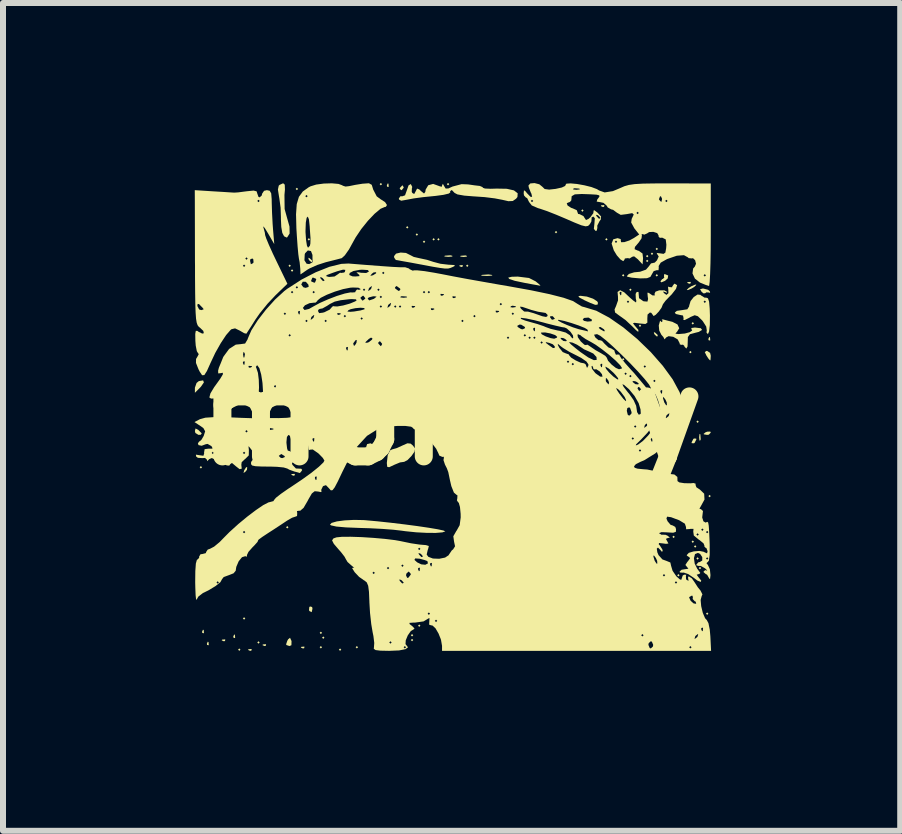
<source format=kicad_pcb>
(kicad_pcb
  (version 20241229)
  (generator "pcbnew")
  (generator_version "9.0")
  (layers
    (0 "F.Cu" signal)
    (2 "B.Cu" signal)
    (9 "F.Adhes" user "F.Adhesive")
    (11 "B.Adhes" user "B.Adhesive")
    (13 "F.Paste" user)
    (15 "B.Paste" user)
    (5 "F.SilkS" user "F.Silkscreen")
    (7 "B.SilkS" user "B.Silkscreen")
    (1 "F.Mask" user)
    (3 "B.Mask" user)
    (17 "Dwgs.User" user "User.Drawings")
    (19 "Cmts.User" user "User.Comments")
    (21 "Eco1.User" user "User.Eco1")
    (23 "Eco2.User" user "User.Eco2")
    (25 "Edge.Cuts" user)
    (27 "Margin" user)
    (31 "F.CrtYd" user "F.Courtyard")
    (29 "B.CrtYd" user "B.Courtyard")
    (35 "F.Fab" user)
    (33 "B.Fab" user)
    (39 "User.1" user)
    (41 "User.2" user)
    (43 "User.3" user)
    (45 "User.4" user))
  (footprint "monkey"
    (layer "F.Cu")
    (at 4.479 3.88)
    (property "Reference" "monkey" (at 0 0 0) (layer "F.SilkS") (effects (font (size 1.5 1.5) (thickness 0.3))))
    (attr board_only exclude_from_pos_files exclude_from_bom)
    (fp_poly (pts (xy -4.16 0.86) (xy -4.18 0.88) (xy -4.2 0.86) (xy -4.18 0.84)) (stroke (width 0) (type solid)) (fill yes) (layer "F.SilkS"))
    (fp_poly (pts (xy -3.52 3.9) (xy -3.54 3.92) (xy -3.56 3.9) (xy -3.54 3.88)) (stroke (width 0) (type solid)) (fill yes) (layer "F.SilkS"))
    (fp_poly (pts (xy -3.44 3.38) (xy -3.46 3.4) (xy -3.48 3.38) (xy -3.46 3.36)) (stroke (width 0) (type solid)) (fill yes) (layer "F.SilkS"))
    (fp_poly (pts (xy -3.2 3.78) (xy -3.22 3.8) (xy -3.24 3.78) (xy -3.22 3.76)) (stroke (width 0) (type solid)) (fill yes) (layer "F.SilkS"))
    (fp_poly (pts (xy -2.72 1.86) (xy -2.74 1.88) (xy -2.76 1.86) (xy -2.74 1.84)) (stroke (width 0) (type solid)) (fill yes) (layer "F.SilkS"))
    (fp_poly (pts (xy -2.68 -2.5) (xy -2.7 -2.48) (xy -2.72 -2.5) (xy -2.7 -2.52)) (stroke (width 0) (type solid)) (fill yes) (layer "F.SilkS"))
    (fp_poly (pts (xy -2.64 -2.42) (xy -2.66 -2.4) (xy -2.68 -2.42) (xy -2.66 -2.44)) (stroke (width 0) (type solid)) (fill yes) (layer "F.SilkS"))
    (fp_poly (pts (xy -2.56 -3.78) (xy -2.58 -3.76) (xy -2.6 -3.78) (xy -2.58 -3.8)) (stroke (width 0) (type solid)) (fill yes) (layer "F.SilkS"))
    (fp_poly (pts (xy -2.36 -2.94) (xy -2.38 -2.92) (xy -2.4 -2.94) (xy -2.38 -2.96)) (stroke (width 0) (type solid)) (fill yes) (layer "F.SilkS"))
    (fp_poly (pts (xy -2.16 3.62) (xy -2.18 3.64) (xy -2.2 3.62) (xy -2.18 3.6)) (stroke (width 0) (type solid)) (fill yes) (layer "F.SilkS"))
    (fp_poly (pts (xy -2.16 3.86) (xy -2.18 3.88) (xy -2.2 3.86) (xy -2.18 3.84)) (stroke (width 0) (type solid)) (fill yes) (layer "F.SilkS"))
    (fp_poly (pts (xy -2.12 3.7) (xy -2.14 3.72) (xy -2.16 3.7) (xy -2.14 3.68)) (stroke (width 0) (type solid)) (fill yes) (layer "F.SilkS"))
    (fp_poly (pts (xy -1.84 3.9) (xy -1.86 3.92) (xy -1.88 3.9) (xy -1.86 3.88)) (stroke (width 0) (type solid)) (fill yes) (layer "F.SilkS"))
    (fp_poly (pts (xy -1.56 3.86) (xy -1.58 3.88) (xy -1.6 3.86) (xy -1.58 3.84)) (stroke (width 0) (type solid)) (fill yes) (layer "F.SilkS"))
    (fp_poly (pts (xy -1.16 -3.86) (xy -1.18 -3.84) (xy -1.2 -3.86) (xy -1.18 -3.88)) (stroke (width 0) (type solid)) (fill yes) (layer "F.SilkS"))
    (fp_poly (pts (xy -0.72 -3.14) (xy -0.74 -3.12) (xy -0.76 -3.14) (xy -0.74 -3.16)) (stroke (width 0) (type solid)) (fill yes) (layer "F.SilkS"))
    (fp_poly (pts (xy -0.64 3.66) (xy -0.66 3.68) (xy -0.68 3.66) (xy -0.66 3.64)) (stroke (width 0) (type solid)) (fill yes) (layer "F.SilkS"))
    (fp_poly (pts (xy -0.64 3.74) (xy -0.66 3.76) (xy -0.68 3.74) (xy -0.66 3.72)) (stroke (width 0) (type solid)) (fill yes) (layer "F.SilkS"))
    (fp_poly (pts (xy -0.56 -3.02) (xy -0.58 -3) (xy -0.6 -3.02) (xy -0.58 -3.04)) (stroke (width 0) (type solid)) (fill yes) (layer "F.SilkS"))
    (fp_poly (pts (xy -0.52 3.5) (xy -0.54 3.52) (xy -0.56 3.5) (xy -0.54 3.48)) (stroke (width 0) (type solid)) (fill yes) (layer "F.SilkS"))
    (fp_poly (pts (xy -0.44 -2.9) (xy -0.46 -2.88) (xy -0.48 -2.9) (xy -0.46 -2.92)) (stroke (width 0) (type solid)) (fill yes) (layer "F.SilkS"))
    (fp_poly (pts (xy -0.28 -2.94) (xy -0.3 -2.92) (xy -0.32 -2.94) (xy -0.3 -2.96)) (stroke (width 0) (type solid)) (fill yes) (layer "F.SilkS"))
    (fp_poly (pts (xy -0.2 -2.94) (xy -0.22 -2.92) (xy -0.24 -2.94) (xy -0.22 -2.96)) (stroke (width 0) (type solid)) (fill yes) (layer "F.SilkS"))
    (fp_poly (pts (xy -0.04 -3.86) (xy -0.06 -3.84) (xy -0.08 -3.86) (xy -0.06 -3.88)) (stroke (width 0) (type solid)) (fill yes) (layer "F.SilkS"))
    (fp_poly (pts (xy 0.28 -2.5) (xy 0.26 -2.48) (xy 0.24 -2.5) (xy 0.26 -2.52)) (stroke (width 0) (type solid)) (fill yes) (layer "F.SilkS"))
    (fp_poly (pts (xy 1.76 -3.06) (xy 1.74 -3.04) (xy 1.72 -3.06) (xy 1.74 -3.08)) (stroke (width 0) (type solid)) (fill yes) (layer "F.SilkS"))
    (fp_poly (pts (xy 2.2 -3.42) (xy 2.18 -3.4) (xy 2.16 -3.42) (xy 2.18 -3.44)) (stroke (width 0) (type solid)) (fill yes) (layer "F.SilkS"))
    (fp_poly (pts (xy 2.6 -2.94) (xy 2.58 -2.92) (xy 2.56 -2.94) (xy 2.58 -2.96)) (stroke (width 0) (type solid)) (fill yes) (layer "F.SilkS"))
    (fp_poly (pts (xy 2.88 -2.34) (xy 2.86 -2.32) (xy 2.84 -2.34) (xy 2.86 -2.36)) (stroke (width 0) (type solid)) (fill yes) (layer "F.SilkS"))
    (fp_poly (pts (xy 2.88 -0.94) (xy 2.86 -0.92) (xy 2.84 -0.94) (xy 2.86 -0.96)) (stroke (width 0) (type solid)) (fill yes) (layer "F.SilkS"))
    (fp_poly (pts (xy 3 -2.1) (xy 2.98 -2.08) (xy 2.96 -2.1) (xy 2.98 -2.12)) (stroke (width 0) (type solid)) (fill yes) (layer "F.SilkS"))
    (fp_poly (pts (xy 3.16 -1.5) (xy 3.14 -1.48) (xy 3.12 -1.5) (xy 3.14 -1.52)) (stroke (width 0) (type solid)) (fill yes) (layer "F.SilkS"))
    (fp_poly (pts (xy 3.28 -2.66) (xy 3.26 -2.64) (xy 3.24 -2.66) (xy 3.26 -2.68)) (stroke (width 0) (type solid)) (fill yes) (layer "F.SilkS"))
    (fp_poly (pts (xy 3.28 -2.58) (xy 3.26 -2.56) (xy 3.24 -2.58) (xy 3.26 -2.6)) (stroke (width 0) (type solid)) (fill yes) (layer "F.SilkS"))
    (fp_poly (pts (xy 3.36 -2.7) (xy 3.34 -2.68) (xy 3.32 -2.7) (xy 3.34 -2.72)) (stroke (width 0) (type solid)) (fill yes) (layer "F.SilkS"))
    (fp_poly (pts (xy 3.44 -2.78) (xy 3.42 -2.76) (xy 3.4 -2.78) (xy 3.42 -2.8)) (stroke (width 0) (type solid)) (fill yes) (layer "F.SilkS"))
    (fp_poly (pts (xy 3.44 -2.34) (xy 3.42 -2.32) (xy 3.4 -2.34) (xy 3.42 -2.36)) (stroke (width 0) (type solid)) (fill yes) (layer "F.SilkS"))
    (fp_poly (pts (xy 3.72 2.02) (xy 3.7 2.04) (xy 3.68 2.02) (xy 3.7 2)) (stroke (width 0) (type solid)) (fill yes) (layer "F.SilkS"))
    (fp_poly (pts (xy 3.8 2.66) (xy 3.78 2.68) (xy 3.76 2.66) (xy 3.78 2.64)) (stroke (width 0) (type solid)) (fill yes) (layer "F.SilkS"))
    (fp_poly (pts (xy 4 -1.06) (xy 3.98 -1.04) (xy 3.96 -1.06) (xy 3.98 -1.08)) (stroke (width 0) (type solid)) (fill yes) (layer "F.SilkS"))
    (fp_poly (pts (xy 4.04 -1.54) (xy 4.02 -1.52) (xy 4 -1.54) (xy 4.02 -1.56)) (stroke (width 0) (type solid)) (fill yes) (layer "F.SilkS"))
    (fp_poly (pts (xy 4.04 2.1) (xy 4.02 2.12) (xy 4 2.1) (xy 4.02 2.08)) (stroke (width 0) (type solid)) (fill yes) (layer "F.SilkS"))
    (fp_poly (pts (xy 4.08 2.18) (xy 4.06 2.2) (xy 4.04 2.18) (xy 4.06 2.16)) (stroke (width 0) (type solid)) (fill yes) (layer "F.SilkS"))
    (fp_poly (pts (xy 4.12 0.1) (xy 4.1 0.12) (xy 4.08 0.1) (xy 4.1 0.08)) (stroke (width 0) (type solid)) (fill yes) (layer "F.SilkS"))
    (fp_poly (pts (xy 4.12 2.38) (xy 4.1 2.4) (xy 4.08 2.38) (xy 4.1 2.36)) (stroke (width 0) (type solid)) (fill yes) (layer "F.SilkS"))
    (fp_poly (pts (xy 4.16 2.54) (xy 4.14 2.56) (xy 4.12 2.54) (xy 4.14 2.52)) (stroke (width 0) (type solid)) (fill yes) (layer "F.SilkS"))
    (fp_poly (pts (xy 4.28 3.3) (xy 4.26 3.32) (xy 4.24 3.3) (xy 4.26 3.28)) (stroke (width 0) (type solid)) (fill yes) (layer "F.SilkS"))
    (fp_poly (pts (xy 4.32 1.34) (xy 4.3 1.36) (xy 4.28 1.34) (xy 4.3 1.32)) (stroke (width 0) (type solid)) (fill yes) (layer "F.SilkS"))
    (fp_poly (pts (xy -4.133 3.573) (xy -4.129 3.621) (xy -4.133 3.627) (xy -4.157 3.621) (xy -4.16 3.6) (xy -4.145 3.567)) (stroke (width 0) (type solid)) (fill yes) (layer "F.SilkS"))
    (fp_poly (pts (xy -4.053 3.773) (xy -4.049 3.821) (xy -4.053 3.827) (xy -4.077 3.821) (xy -4.08 3.8) (xy -4.065 3.767)) (stroke (width 0) (type solid)) (fill yes) (layer "F.SilkS"))
    (fp_poly (pts (xy -3.773 3.733) (xy -3.779 3.757) (xy -3.8 3.76) (xy -3.833 3.745) (xy -3.827 3.733) (xy -3.779 3.729)) (stroke (width 0) (type solid)) (fill yes) (layer "F.SilkS"))
    (fp_poly (pts (xy -3.613 3.653) (xy -3.609 3.701) (xy -3.613 3.707) (xy -3.637 3.701) (xy -3.64 3.68) (xy -3.625 3.647)) (stroke (width 0) (type solid)) (fill yes) (layer "F.SilkS"))
    (fp_poly (pts (xy -3.333 3.893) (xy -3.339 3.917) (xy -3.36 3.92) (xy -3.393 3.905) (xy -3.387 3.893) (xy -3.339 3.889)) (stroke (width 0) (type solid)) (fill yes) (layer "F.SilkS"))
    (fp_poly (pts (xy -3.093 3.813) (xy -3.099 3.837) (xy -3.12 3.84) (xy -3.153 3.825) (xy -3.147 3.813) (xy -3.099 3.809)) (stroke (width 0) (type solid)) (fill yes) (layer "F.SilkS"))
    (fp_poly (pts (xy -2.613 0.973) (xy -2.619 0.997) (xy -2.64 1) (xy -2.673 0.985) (xy -2.667 0.973) (xy -2.619 0.969)) (stroke (width 0) (type solid)) (fill yes) (layer "F.SilkS"))
    (fp_poly (pts (xy -2.453 3.853) (xy -2.459 3.877) (xy -2.48 3.88) (xy -2.513 3.865) (xy -2.507 3.853) (xy -2.459 3.849)) (stroke (width 0) (type solid)) (fill yes) (layer "F.SilkS"))
    (fp_poly (pts (xy -1.053 -3.867) (xy -1.049 -3.819) (xy -1.053 -3.813) (xy -1.077 -3.819) (xy -1.08 -3.84) (xy -1.065 -3.873)) (stroke (width 0) (type solid)) (fill yes) (layer "F.SilkS"))
    (fp_poly (pts (xy 0.187 -2.507) (xy 0.181 -2.483) (xy 0.16 -2.48) (xy 0.127 -2.495) (xy 0.133 -2.507) (xy 0.181 -2.511)) (stroke (width 0) (type solid)) (fill yes) (layer "F.SilkS"))
    (fp_poly (pts (xy 0.25 -2.666) (xy 0.255 -2.652) (xy 0.2 -2.646) (xy 0.143 -2.653) (xy 0.15 -2.666) (xy 0.232 -2.672)) (stroke (width 0) (type solid)) (fill yes) (layer "F.SilkS"))
    (fp_poly (pts (xy 2.547 -3.507) (xy 2.541 -3.483) (xy 2.52 -3.48) (xy 2.487 -3.495) (xy 2.493 -3.507) (xy 2.541 -3.511)) (stroke (width 0) (type solid)) (fill yes) (layer "F.SilkS"))
    (fp_poly (pts (xy 3.987 -2.227) (xy 3.981 -2.203) (xy 3.96 -2.2) (xy 3.927 -2.215) (xy 3.933 -2.227) (xy 3.981 -2.231)) (stroke (width 0) (type solid)) (fill yes) (layer "F.SilkS"))
    (fp_poly (pts (xy 4.146 0.31) (xy 4.152 0.392) (xy 4.146 0.41) (xy 4.132 0.415) (xy 4.126 0.36) (xy 4.133 0.303)) (stroke (width 0) (type solid)) (fill yes) (layer "F.SilkS"))
    (fp_poly (pts (xy 4.307 -1.307) (xy 4.311 -1.259) (xy 4.307 -1.253) (xy 4.283 -1.259) (xy 4.28 -1.28) (xy 4.295 -1.313)) (stroke (width 0) (type solid)) (fill yes) (layer "F.SilkS"))
    (fp_poly (pts (xy -3.412 0.901) (xy -3.435 0.931) (xy -3.469 0.956) (xy -3.46 0.916) (xy -3.457 0.908) (xy -3.426 0.859) (xy -3.408 0.859)) (stroke (width 0) (type solid)) (fill yes) (layer "F.SilkS"))
    (fp_poly (pts (xy -2.366 -2.624) (xy -2.323 -2.584) (xy -2.332 -2.56) (xy -2.338 -2.56) (xy -2.371 -2.588) (xy -2.384 -2.606) (xy -2.389 -2.634)) (stroke (width 0) (type solid)) (fill yes) (layer "F.SilkS"))
    (fp_poly (pts (xy -2.326 3.189) (xy -2.32 3.218) (xy -2.333 3.275) (xy -2.368 3.258) (xy -2.378 3.243) (xy -2.373 3.191) (xy -2.361 3.18)) (stroke (width 0) (type solid)) (fill yes) (layer "F.SilkS"))
    (fp_poly (pts (xy 3.394 -1.384) (xy 3.437 -1.344) (xy 3.428 -1.32) (xy 3.422 -1.32) (xy 3.389 -1.348) (xy 3.376 -1.366) (xy 3.371 -1.394)) (stroke (width 0) (type solid)) (fill yes) (layer "F.SilkS"))
    (fp_poly (pts (xy -4.226 0.235) (xy -4.22 0.24) (xy -4.166 0.294) (xy -4.181 0.317) (xy -4.22 0.32) (xy -4.272 0.288) (xy -4.28 0.255) (xy -4.269 0.213)) (stroke (width 0) (type solid)) (fill yes) (layer "F.SilkS"))
    (fp_poly (pts (xy -4.13 -0.555) (xy -4.179 -0.484) (xy -4.192 -0.47) (xy -4.28 -0.382) (xy -4.28 -0.467) (xy -4.252 -0.546) (xy -4.214 -0.577) (xy -4.143 -0.589)) (stroke (width 0) (type solid)) (fill yes) (layer "F.SilkS"))
    (fp_poly (pts (xy -0.8 -3.809) (xy -0.8 -3.8) (xy -0.831 -3.762) (xy -0.842 -3.76) (xy -0.866 -3.785) (xy -0.86 -3.8) (xy -0.824 -3.838) (xy -0.818 -3.84)) (stroke (width 0) (type solid)) (fill yes) (layer "F.SilkS"))
    (fp_poly (pts (xy 0.011 -2.666) (xy 0.012 -2.653) (xy -0.051 -2.648) (xy -0.06 -2.648) (xy -0.122 -2.654) (xy -0.116 -2.666) (xy -0.109 -2.668) (xy -0.022 -2.674)) (stroke (width 0) (type solid)) (fill yes) (layer "F.SilkS"))
    (fp_poly (pts (xy 0.67 -2.347) (xy 0.68 -2.337) (xy 0.622 -2.331) (xy 0.58 -2.33) (xy 0.503 -2.334) (xy 0.491 -2.343) (xy 0.51 -2.348) (xy 0.615 -2.355)) (stroke (width 0) (type solid)) (fill yes) (layer "F.SilkS"))
    (fp_poly (pts (xy 4.077 0.382) (xy 4.08 0.395) (xy 4.051 0.452) (xy 4.04 0.46) (xy 4.003 0.458) (xy 4 0.445) (xy 4.029 0.388) (xy 4.04 0.38)) (stroke (width 0) (type solid)) (fill yes) (layer "F.SilkS"))
    (fp_poly (pts (xy 4.08 -2.183) (xy 4.049 -2.151) (xy 4 -2.12) (xy 3.938 -2.094) (xy 3.92 -2.097) (xy 3.951 -2.129) (xy 4 -2.16) (xy 4.062 -2.186)) (stroke (width 0) (type solid)) (fill yes) (layer "F.SilkS"))
    (fp_poly (pts (xy 4.32 0.281) (xy 4.288 0.316) (xy 4.26 0.32) (xy 4.207 0.311) (xy 4.2 0.304) (xy 4.231 0.278) (xy 4.26 0.266) (xy 4.312 0.265)) (stroke (width 0) (type solid)) (fill yes) (layer "F.SilkS"))
    (fp_poly (pts (xy -2.671 3.752) (xy -2.669 3.757) (xy -2.671 3.826) (xy -2.704 3.84) (xy -2.754 3.823) (xy -2.759 3.81) (xy -2.74 3.753) (xy -2.725 3.727) (xy -2.694 3.702)) (stroke (width 0) (type solid)) (fill yes) (layer "F.SilkS"))
    (fp_poly (pts (xy 4.309 -1.047) (xy 4.32 -1) (xy 4.316 -0.935) (xy 4.31 -0.92) (xy 4.283 -0.949) (xy 4.249 -1) (xy 4.22 -1.06) (xy 4.244 -1.079) (xy 4.26 -1.08)) (stroke (width 0) (type solid)) (fill yes) (layer "F.SilkS"))
    (fp_poly (pts (xy 2.254 -1.986) (xy 2.357 -1.951) (xy 2.426 -1.907) (xy 2.44 -1.881) (xy 2.431 -1.85) (xy 2.392 -1.849) (xy 2.31 -1.881) (xy 2.22 -1.922) (xy 2.131 -1.969) (xy 2.112 -1.993) (xy 2.147 -1.999)) (stroke (width 0) (type solid)) (fill yes) (layer "F.SilkS"))
    (fp_poly (pts (xy 3.61 -2.338) (xy 3.602 -2.288) (xy 3.557 -2.248) (xy 3.496 -2.223) (xy 3.48 -2.24) (xy 3.511 -2.278) (xy 3.522 -2.28) (xy 3.546 -2.305) (xy 3.54 -2.32) (xy 3.542 -2.357) (xy 3.555 -2.36)) (stroke (width 0) (type solid)) (fill yes) (layer "F.SilkS"))
    (fp_poly (pts (xy 4.275 -2.099) (xy 4.304 -2.074) (xy 4.309 -2.046) (xy 4.29 -2.054) (xy 4.242 -2.056) (xy 4.233 -2.044) (xy 4.201 -2.038) (xy 4.168 -2.064) (xy 4.141 -2.108) (xy 4.183 -2.12) (xy 4.196 -2.12)) (stroke (width 0) (type solid)) (fill yes) (layer "F.SilkS"))
    (fp_poly (pts (xy -1.26 0.506) (xy -1.243 0.518) (xy -1.163 0.583) (xy -1.122 0.633) (xy -1.12 0.64) (xy -1.148 0.691) (xy -1.221 0.688) (xy -1.261 0.669) (xy -1.377 0.589) (xy -1.424 0.518) (xy -1.409 0.473) (xy -1.352 0.46)) (stroke (width 0) (type solid)) (fill yes) (layer "F.SilkS"))
    (fp_poly (pts (xy 1.289 -2.296) (xy 1.4 -2.24) (xy 1.463 -2.188) (xy 1.481 -2.166) (xy 1.48 -2.166) (xy 1.433 -2.175) (xy 1.331 -2.193) (xy 1.213 -2.215) (xy 1.052 -2.249) (xy 0.961 -2.279) (xy 0.943 -2.302) (xy 1 -2.316) (xy 1.103 -2.319)) (stroke (width 0) (type solid)) (fill yes) (layer "F.SilkS"))
    (fp_poly (pts (xy -2.782 -3.852) (xy -2.779 -3.769) (xy -2.787 -3.68) (xy -2.784 -3.445) (xy -2.747 -3.31) (xy -2.703 -3.153) (xy -2.701 -3.037) (xy -2.741 -2.974) (xy -2.75 -2.97) (xy -2.793 -2.991) (xy -2.823 -3.048) (xy -2.84 -3.147) (xy -2.846 -3.278) (xy -2.846 -3.31) (xy -2.851 -3.466) (xy -2.873 -3.628) (xy -2.877 -3.649) (xy -2.896 -3.77) (xy -2.882 -3.835) (xy -2.868 -3.848) (xy -2.809 -3.875)) (stroke (width 0) (type solid)) (fill yes) (layer "F.SilkS"))
    (fp_poly (pts (xy -0.684 0.465) (xy -0.645 0.498) (xy -0.609 0.547) (xy -0.619 0.599) (xy -0.668 0.67) (xy -0.737 0.741) (xy -0.793 0.77) (xy -0.798 0.77) (xy -0.861 0.779) (xy -0.955 0.818) (xy -0.961 0.821) (xy -1.042 0.859) (xy -1.074 0.852) (xy -1.08 0.794) (xy -1.08 0.784) (xy -1.065 0.655) (xy -1.023 0.576) (xy -0.986 0.56) (xy -0.921 0.542) (xy -0.827 0.5) (xy -0.823 0.498) (xy -0.737 0.46)) (stroke (width 0) (type solid)) (fill yes) (layer "F.SilkS"))
    (fp_poly (pts (xy -0.761 -2.713) (xy -0.697 -2.681) (xy -0.631 -2.647) (xy -0.539 -2.626) (xy -0.408 -2.598) (xy -0.307 -2.565) (xy -0.187 -2.533) (xy -0.051 -2.517) (xy -0.047 -2.517) (xy 0.04 -2.512) (xy 0.056 -2.499) (xy 0.02 -2.48) (xy -0.021 -2.463) (xy -0.06 -2.453) (xy -0.111 -2.453) (xy -0.191 -2.463) (xy -0.317 -2.484) (xy -0.503 -2.519) (xy -0.52 -2.522) (xy -0.686 -2.553) (xy -0.822 -2.577) (xy -0.909 -2.593) (xy -0.93 -2.596) (xy -0.957 -2.633) (xy -0.96 -2.66) (xy -0.927 -2.702) (xy -0.849 -2.72)) (stroke (width 0) (type solid)) (fill yes) (layer "F.SilkS"))
    (fp_poly (pts (xy -1.469 1.74) (xy -1.44 1.742) (xy -1.232 1.761) (xy -1.009 1.785) (xy -0.784 1.812) (xy -0.571 1.84) (xy -0.382 1.868) (xy -0.233 1.893) (xy -0.136 1.914) (xy -0.105 1.928) (xy -0.105 1.928) (xy -0.155 1.945) (xy -0.265 1.954) (xy -0.417 1.953) (xy -0.59 1.944) (xy -0.766 1.926) (xy -0.84 1.916) (xy -0.971 1.901) (xy -1.155 1.887) (xy -1.367 1.876) (xy -1.537 1.871) (xy -1.761 1.862) (xy -1.921 1.848) (xy -2.011 1.828) (xy -2.028 1.816) (xy -2.001 1.787) (xy -1.913 1.762) (xy -1.783 1.745) (xy -1.628 1.737)) (stroke (width 0) (type solid)) (fill yes) (layer "F.SilkS"))
    (fp_poly (pts (xy 4.15 -2.014) (xy 4.156 -2.006) (xy 4.217 -1.968) (xy 4.244 -1.968) (xy 4.273 -1.957) (xy 4.292 -1.901) (xy 4.302 -1.787) (xy 4.306 -1.67) (xy 4.304 -1.512) (xy 4.292 -1.404) (xy 4.273 -1.36) (xy 4.271 -1.36) (xy 4.248 -1.389) (xy 4.254 -1.42) (xy 4.244 -1.486) (xy 4.188 -1.574) (xy 4.176 -1.589) (xy 4.105 -1.658) (xy 4.052 -1.675) (xy 3.983 -1.646) (xy 3.96 -1.632) (xy 3.884 -1.594) (xy 3.861 -1.6) (xy 3.867 -1.623) (xy 3.857 -1.67) (xy 3.804 -1.68) (xy 3.737 -1.696) (xy 3.72 -1.72) (xy 3.755 -1.748) (xy 3.839 -1.76) (xy 3.84 -1.76) (xy 3.929 -1.774) (xy 3.959 -1.822) (xy 3.96 -1.834) (xy 3.98 -1.9) (xy 4.2 -1.9) (xy 4.22 -1.88) (xy 4.24 -1.9) (xy 4.22 -1.92) (xy 4.2 -1.9) (xy 3.98 -1.9) (xy 3.983 -1.911) (xy 4.037 -1.979) (xy 4.1 -2.02)) (stroke (width 0) (type solid)) (fill yes) (layer "F.SilkS"))
    (fp_poly (pts (xy 3.525 -1.605) (xy 3.606 -1.583) (xy 3.68 -1.565) (xy 3.765 -1.521) (xy 3.794 -1.458) (xy 3.757 -1.398) (xy 3.752 -1.394) (xy 3.731 -1.368) (xy 3.78 -1.361) (xy 3.888 -1.37) (xy 3.971 -1.393) (xy 4.01 -1.421) (xy 3.999 -1.441) (xy 3.995 -1.462) (xy 4.056 -1.47) (xy 4.154 -1.458) (xy 4.175 -1.43) (xy 4.12 -1.397) (xy 4.064 -1.383) (xy 3.972 -1.358) (xy 3.938 -1.311) (xy 3.936 -1.239) (xy 3.933 -1.155) (xy 3.913 -1.12) (xy 3.912 -1.12) (xy 3.881 -1.151) (xy 3.88 -1.162) (xy 3.855 -1.186) (xy 3.84 -1.18) (xy 3.805 -1.188) (xy 3.8 -1.211) (xy 3.768 -1.272) (xy 3.695 -1.315) (xy 3.617 -1.326) (xy 3.577 -1.305) (xy 3.549 -1.273) (xy 3.548 -1.274) (xy 3.53 -1.311) (xy 3.497 -1.348) (xy 3.461 -1.419) (xy 3.453 -1.504) (xy 3.473 -1.577) (xy 3.487 -1.587) (xy 3.48 -1.58) (xy 3.5 -1.56) (xy 3.52 -1.58) (xy 3.502 -1.598) (xy 3.515 -1.606)) (stroke (width 0) (type solid)) (fill yes) (layer "F.SilkS"))
    (fp_poly (pts (xy -0.127 -3.831) (xy -0.1 -3.787) (xy -0.055 -3.788) (xy 0.014 -3.82) (xy 0.166 -3.86) (xy 0.273 -3.856) (xy 0.384 -3.84) (xy 0.463 -3.831) (xy 0.47 -3.83) (xy 0.517 -3.81) (xy 0.52 -3.8) (xy 0.556 -3.787) (xy 0.65 -3.783) (xy 0.75 -3.786) (xy 0.919 -3.783) (xy 1.039 -3.756) (xy 1.101 -3.708) (xy 1.097 -3.646) (xy 1.074 -3.617) (xy 1.019 -3.579) (xy 0.946 -3.576) (xy 0.845 -3.599) (xy 0.72 -3.623) (xy 0.551 -3.644) (xy 0.375 -3.656) (xy 0.371 -3.656) (xy 0.21 -3.669) (xy 0.097 -3.689) (xy 0.049 -3.714) (xy 0.048 -3.715) (xy 0.007 -3.758) (xy -0.006 -3.76) (xy -0.027 -3.736) (xy -0.022 -3.723) (xy -0.048 -3.703) (xy -0.136 -3.682) (xy -0.269 -3.664) (xy -0.31 -3.66) (xy -0.479 -3.643) (xy -0.634 -3.622) (xy -0.744 -3.601) (xy -0.75 -3.6) (xy -0.841 -3.584) (xy -0.877 -3.604) (xy -0.88 -3.622) (xy -0.852 -3.66) (xy -0.825 -3.657) (xy -0.777 -3.674) (xy -0.746 -3.76) (xy -0.718 -3.84) (xy -0.682 -3.861) (xy -0.68 -3.86) (xy -0.656 -3.812) (xy -0.662 -3.797) (xy -0.665 -3.734) (xy -0.655 -3.713) (xy -0.624 -3.696) (xy -0.601 -3.738) (xy -0.576 -3.786) (xy -0.539 -3.772) (xy -0.511 -3.745) (xy -0.46 -3.704) (xy -0.439 -3.731) (xy -0.433 -3.77) (xy -0.39 -3.842) (xy -0.308 -3.864) (xy -0.213 -3.83) (xy -0.21 -3.828) (xy -0.166 -3.816) (xy -0.157 -3.845) (xy -0.146 -3.866)) (stroke (width 0) (type solid)) (fill yes) (layer "F.SilkS"))
    (fp_poly (pts (xy -1.332 -3.849) (xy -1.309 -3.775) (xy -1.308 -3.771) (xy -1.249 -3.657) (xy -1.183 -3.608) (xy -1.11 -3.561) (xy -1.078 -3.512) (xy -1.097 -3.482) (xy -1.114 -3.48) (xy -1.186 -3.449) (xy -1.285 -3.366) (xy -1.397 -3.248) (xy -1.507 -3.111) (xy -1.601 -2.971) (xy -1.639 -2.903) (xy -1.711 -2.772) (xy -1.78 -2.674) (xy -1.831 -2.627) (xy -1.834 -2.626) (xy -1.91 -2.606) (xy -2.029 -2.576) (xy -2.1 -2.558) (xy -2.242 -2.512) (xy -2.369 -2.455) (xy -2.41 -2.431) (xy -2.52 -2.355) (xy -2.523 -2.447) (xy -2.534 -2.56) (xy -2.54 -2.59) (xy -2.454 -2.59) (xy -2.417 -2.533) (xy -2.374 -2.528) (xy -2.323 -2.555) (xy -2.318 -2.57) (xy -2.32 -2.632) (xy -2.32 -2.68) (xy -2.345 -2.745) (xy -2.397 -2.755) (xy -2.443 -2.708) (xy -2.449 -2.69) (xy -2.454 -2.59) (xy -2.54 -2.59) (xy -2.546 -2.62) (xy -2.556 -2.692) (xy -2.568 -2.823) (xy -2.58 -2.993) (xy -2.586 -3.088) (xy -2.436 -3.088) (xy -2.436 -3.06) (xy -2.427 -2.928) (xy -2.412 -2.834) (xy -2.394 -2.8) (xy -2.363 -2.833) (xy -2.355 -2.87) (xy -2.353 -2.943) (xy -2.353 -2.964) (xy -2.357 -3.016) (xy -2.364 -3.116) (xy -2.366 -3.154) (xy -2.379 -3.273) (xy -2.398 -3.319) (xy -2.417 -3.299) (xy -2.431 -3.22) (xy -2.436 -3.088) (xy -2.586 -3.088) (xy -2.588 -3.124) (xy -2.594 -3.358) (xy -2.582 -3.528) (xy -2.546 -3.649) (xy -2.538 -3.66) (xy -2.44 -3.66) (xy -2.42 -3.64) (xy -2.4 -3.66) (xy -2.42 -3.68) (xy -2.44 -3.66) (xy -2.538 -3.66) (xy -2.481 -3.738) (xy -2.383 -3.808) (xy -2.352 -3.824) (xy -2.258 -3.853) (xy -2.131 -3.87) (xy -1.998 -3.874) (xy -1.886 -3.864) (xy -1.821 -3.84) (xy -1.817 -3.835) (xy -1.769 -3.82) (xy -1.709 -3.827) (xy -1.607 -3.848) (xy -1.482 -3.868) (xy -1.476 -3.868) (xy -1.379 -3.875)) (stroke (width 0) (type solid)) (fill yes) (layer "F.SilkS"))
    (fp_poly (pts (xy 3.759 -2.176) (xy 3.74 -2.114) (xy 3.669 -2.023) (xy 3.64 -1.994) (xy 3.565 -1.916) (xy 3.523 -1.859) (xy 3.519 -1.85) (xy 3.499 -1.8) (xy 3.454 -1.737) (xy 3.403 -1.683) (xy 3.367 -1.661) (xy 3.361 -1.67) (xy 3.328 -1.715) (xy 3.305 -1.72) (xy 3.266 -1.686) (xy 3.262 -1.618) (xy 3.263 -1.551) (xy 3.23 -1.529) (xy 3.142 -1.537) (xy 3.134 -1.538) (xy 3.045 -1.549) (xy 3.023 -1.539) (xy 3.055 -1.499) (xy 3.057 -1.497) (xy 3.113 -1.43) (xy 3.112 -1.401) (xy 3.107 -1.4) (xy 3.074 -1.426) (xy 3.01 -1.49) (xy 2.997 -1.503) (xy 2.897 -1.596) (xy 2.795 -1.669) (xy 2.725 -1.72) (xy 2.716 -1.771) (xy 2.742 -1.831) (xy 2.766 -1.9) (xy 2.92 -1.9) (xy 2.94 -1.88) (xy 2.96 -1.9) (xy 2.94 -1.92) (xy 2.92 -1.9) (xy 2.766 -1.9) (xy 2.774 -1.922) (xy 2.773 -1.983) (xy 2.768 -2.04) (xy 2.8 -2.04) (xy 2.815 -2.007) (xy 2.827 -2.013) (xy 2.831 -2.061) (xy 2.827 -2.067) (xy 2.803 -2.061) (xy 2.8 -2.04) (xy 2.768 -2.04) (xy 2.766 -2.063) (xy 2.809 -2.092) (xy 2.879 -2.056) (xy 2.882 -2.053) (xy 2.969 -1.971) (xy 3.025 -1.922) (xy 3.074 -1.887) (xy 3.079 -1.916) (xy 3.07 -1.952) (xy 3.067 -2.03) (xy 3.085 -2.063) (xy 3.116 -2.063) (xy 3.116 -2.053) (xy 3.124 -1.959) (xy 3.194 -1.91) (xy 3.204 -1.907) (xy 3.264 -1.902) (xy 3.275 -1.946) (xy 3.269 -1.986) (xy 3.264 -2.051) (xy 3.289 -2.047) (xy 3.293 -2.043) (xy 3.347 -2.006) (xy 3.386 -2.004) (xy 3.383 -2.035) (xy 3.399 -2.068) (xy 3.461 -2.09) (xy 3.546 -2.09) (xy 3.587 -2.068) (xy 3.587 -2.047) (xy 3.56 -2.06) (xy 3.526 -2.071) (xy 3.537 -2.046) (xy 3.581 -2.014) (xy 3.614 -2.042) (xy 3.612 -2.106) (xy 3.611 -2.108) (xy 3.607 -2.152) (xy 3.633 -2.144) (xy 3.675 -2.141) (xy 3.68 -2.158) (xy 3.709 -2.198) (xy 3.72 -2.2)) (stroke (width 0) (type solid)) (fill yes) (layer "F.SilkS"))
    (fp_poly (pts (xy -3.971 -3.74) (xy -3.818 -3.731) (xy -3.695 -3.723) (xy -3.626 -3.719) (xy -3.62 -3.719) (xy -3.558 -3.723) (xy -3.451 -3.737) (xy -3.41 -3.742) (xy -3.301 -3.753) (xy -3.251 -3.74) (xy -3.24 -3.704) (xy -3.22 -3.648) (xy -3.2 -3.64) (xy -3.165 -3.672) (xy -3.16 -3.7) (xy -3.127 -3.749) (xy -3.08 -3.76) (xy -3.033 -3.75) (xy -3.008 -3.706) (xy -3 -3.611) (xy -2.999 -3.55) (xy -2.994 -3.384) (xy -2.984 -3.195) (xy -2.977 -3.1) (xy -2.957 -2.86) (xy -3.061 -3.04) (xy -3.113 -3.125) (xy -3.139 -3.157) (xy -3.138 -3.14) (xy -3.114 -3.051) (xy -3.109 -3.011) (xy -3.091 -2.956) (xy -3.046 -2.847) (xy -2.98 -2.701) (xy -2.922 -2.58) (xy -2.738 -2.199) (xy -2.935 -2.009) (xy -3.067 -1.869) (xy -3.199 -1.706) (xy -3.273 -1.6) (xy -3.345 -1.485) (xy -3.4 -1.401) (xy -3.422 -1.367) (xy -3.459 -1.376) (xy -3.529 -1.417) (xy -3.61 -1.456) (xy -3.67 -1.442) (xy -3.685 -1.43) (xy -3.759 -1.345) (xy -3.849 -1.209) (xy -3.941 -1.046) (xy -4.019 -0.88) (xy -4.08 -0.744) (xy -4.123 -0.677) (xy -4.16 -0.675) (xy -4.199 -0.733) (xy -4.221 -0.776) (xy -4.262 -0.88) (xy -4.261 -0.946) (xy -4.24 -0.98) (xy -4.215 -1.028) (xy -4.226 -1.04) (xy -4.248 -1.076) (xy -4.266 -1.168) (xy -4.272 -1.245) (xy -4.274 -1.363) (xy -4.265 -1.414) (xy -4.239 -1.414) (xy -4.219 -1.399) (xy -4.158 -1.369) (xy -4.131 -1.375) (xy -4.14 -1.414) (xy -4.19 -1.462) (xy -4.215 -1.482) (xy -4.235 -1.508) (xy -4.25 -1.551) (xy -4.261 -1.618) (xy -4.268 -1.72) (xy -4.272 -1.83) (xy -4.239 -1.83) (xy -4.209 -1.771) (xy -4.173 -1.76) (xy -4.134 -1.773) (xy -4.143 -1.79) (xy -4.201 -1.85) (xy -4.209 -1.86) (xy -4.234 -1.864) (xy -4.239 -1.83) (xy -4.272 -1.83) (xy -4.273 -1.865) (xy -4.276 -2.063) (xy -4.278 -2.323) (xy -4.278 -2.5) (xy -3.48 -2.5) (xy -3.46 -2.48) (xy -3.44 -2.5) (xy -3.46 -2.52) (xy -3.48 -2.5) (xy -4.278 -2.5) (xy -4.279 -2.582) (xy -3.36 -2.582) (xy -3.347 -2.525) (xy -3.312 -2.542) (xy -3.302 -2.557) (xy -3.307 -2.609) (xy -3.319 -2.62) (xy -3.354 -2.611) (xy -3.36 -2.582) (xy -4.279 -2.582) (xy -4.279 -2.62) (xy -3.44 -2.62) (xy -3.42 -2.6) (xy -3.4 -2.62) (xy -3.42 -2.64) (xy -3.44 -2.62) (xy -4.279 -2.62) (xy -4.279 -2.641) (xy -4.281 -3.58) (xy -3.24 -3.58) (xy -3.22 -3.56) (xy -3.2 -3.58) (xy -3.22 -3.6) (xy -3.24 -3.58) (xy -4.281 -3.58) (xy -4.282 -3.76)) (stroke (width 0) (type solid)) (fill yes) (layer "F.SilkS"))
    (fp_poly (pts (xy -2.539 0.03) (xy -2.544 0.138) (xy -2.545 0.149) (xy -2.558 0.295) (xy -2.569 0.431) (xy -2.571 0.467) (xy -2.586 0.557) (xy -2.609 0.62) (xy -2.632 0.64) (xy -2.645 0.607) (xy -2.658 0.528) (xy -2.66 0.52) (xy -2.671 0.449) (xy -2.675 0.4) (xy -2.696 0.335) (xy -2.721 0.32) (xy -2.746 0.355) (xy -2.754 0.441) (xy -2.753 0.459) (xy -2.743 0.546) (xy -2.731 0.583) (xy -2.729 0.582) (xy -2.692 0.594) (xy -2.644 0.633) (xy -2.603 0.695) (xy -2.593 0.755) (xy -2.614 0.786) (xy -2.644 0.778) (xy -2.662 0.787) (xy -2.655 0.818) (xy -2.596 0.88) (xy -2.507 0.884) (xy -2.492 0.903) (xy -2.499 0.919) (xy -2.528 0.954) (xy -2.532 0.955) (xy -2.572 0.943) (xy -2.62 0.931) (xy -2.706 0.9) (xy -2.74 0.881) (xy -2.8 0.863) (xy -2.911 0.852) (xy -3 0.849) (xy -3.169 0.847) (xy -3.272 0.842) (xy -3.326 0.83) (xy -3.344 0.808) (xy -3.343 0.773) (xy -3.342 0.77) (xy -3.299 0.712) (xy -3.247 0.699) (xy -3.158 0.68) (xy -3.149 0.673) (xy -2.88 0.673) (xy -2.848 0.703) (xy -2.822 0.707) (xy -2.781 0.689) (xy -2.784 0.673) (xy -2.837 0.64) (xy -2.842 0.64) (xy -2.879 0.667) (xy -2.88 0.673) (xy -3.149 0.673) (xy -3.105 0.639) (xy -3.105 0.593) (xy -3.123 0.578) (xy -3.154 0.57) (xy -3.144 0.594) (xy -3.148 0.632) (xy -3.188 0.639) (xy -3.307 0.605) (xy -3.374 0.52) (xy -3.387 0.509) (xy -3.381 0.564) (xy -3.38 0.568) (xy -3.382 0.662) (xy -3.441 0.721) (xy -3.443 0.721) (xy -3.5 0.775) (xy -3.506 0.819) (xy -3.499 0.883) (xy -3.535 0.891) (xy -3.599 0.841) (xy -3.602 0.838) (xy -3.662 0.788) (xy -3.689 0.806) (xy -3.707 0.832) (xy -3.747 0.829) (xy -3.825 0.793) (xy -3.848 0.78) (xy -3.8 0.78) (xy -3.78 0.8) (xy -3.76 0.78) (xy -3.78 0.76) (xy -3.8 0.78) (xy -3.848 0.78) (xy -3.919 0.74) (xy -3.999 0.706) (xy -4.043 0.725) (xy -4.048 0.732) (xy -4.075 0.758) (xy -4.079 0.734) (xy -4.111 0.704) (xy -4.155 0.707) (xy -4.231 0.702) (xy -4.26 0.679) (xy -4.263 0.649) (xy -4.202 0.659) (xy -4.138 0.668) (xy -4.125 0.628) (xy -4.127 0.62) (xy -4 0.62) (xy -3.98 0.64) (xy -3.96 0.62) (xy -3.98 0.6) (xy -4 0.62) (xy -4.127 0.62) (xy -4.127 0.614) (xy -4.118 0.558) (xy -4.052 0.549) (xy -4.049 0.55) (xy -3.987 0.55) (xy -3.994 0.521) (xy -4.009 0.504) (xy -4.034 0.49) (xy -3.874 0.49) (xy -3.824 0.55) (xy -3.747 0.623) (xy -3.696 0.635) (xy -3.69 0.62) (xy -3.48 0.62) (xy -3.46 0.64) (xy -3.44 0.62) (xy -3.46 0.6) (xy -3.48 0.62) (xy -3.69 0.62) (xy -3.68 0.593) (xy -3.696 0.567) (xy -3.707 0.573) (xy -3.753 0.571) (xy -3.817 0.53) (xy -3.873 0.484) (xy -3.874 0.49) (xy -4.034 0.49) (xy -4.069 0.47) (xy -4.1 0.476) (xy -4.167 0.501) (xy -4.22 0.49) (xy -4.23 0.46) (xy -4.205 0.426) (xy -4.199 0.427) (xy -4.17 0.4) (xy -4.135 0.34) (xy -3.2 0.34) (xy -3.18 0.36) (xy -3.16 0.34) (xy -3.18 0.32) (xy -3.2 0.34) (xy -4.135 0.34) (xy -4.133 0.336) (xy -4.109 0.26) (xy -3.44 0.26) (xy -3.42 0.28) (xy -3.4 0.26) (xy -3.42 0.24) (xy -3.2 0.24) (xy -3.185 0.273) (xy -3.173 0.267) (xy -3.17 0.23) (xy -3.063 0.23) (xy -3.023 0.237) (xy -2.971 0.229) (xy -2.971 0.216) (xy -3.024 0.206) (xy -3.047 0.213) (xy -3.063 0.23) (xy -3.17 0.23) (xy -3.169 0.219) (xy -3.173 0.213) (xy -3.197 0.219) (xy -3.2 0.24) (xy -3.42 0.24) (xy -3.44 0.26) (xy -4.109 0.26) (xy -4.109 0.26) (xy -4.138 0.207) (xy -4.187 0.172) (xy -4.287 0.106) (xy -4.196 0.058) (xy -4.105 0.033) (xy -3.949 0.023) (xy -3.721 0.027) (xy -3.682 0.028) (xy -3.501 0.036) (xy -3.347 0.041) (xy -3.238 0.043) (xy -3.2 0.042) (xy -3.13 0.04) (xy -3.009 0.039) (xy -2.886 0.04) (xy -2.745 0.035) (xy -2.633 0.02) (xy -2.58 0.000273) (xy -2.55 -0.011)) (stroke (width 0) (type solid)) (fill yes) (layer "F.SilkS"))
    (fp_poly (pts (xy 1.461 -3.858) (xy 1.512 -3.817) (xy 1.551 -3.779) (xy 1.626 -3.769) (xy 1.649 -3.772) (xy 2.025 -3.772) (xy 2.08 -3.766) (xy 2.137 -3.773) (xy 2.13 -3.786) (xy 2.048 -3.792) (xy 2.03 -3.786) (xy 2.025 -3.772) (xy 1.649 -3.772) (xy 1.733 -3.781) (xy 1.837 -3.804) (xy 1.894 -3.831) (xy 1.897 -3.844) (xy 1.912 -3.868) (xy 1.983 -3.873) (xy 2.09 -3.863) (xy 2.213 -3.841) (xy 2.33 -3.812) (xy 2.423 -3.777) (xy 2.458 -3.755) (xy 2.551 -3.722) (xy 2.689 -3.744) (xy 2.815 -3.797) (xy 2.881 -3.826) (xy 2.955 -3.847) (xy 3.053 -3.861) (xy 3.188 -3.869) (xy 3.374 -3.872) (xy 3.625 -3.873) (xy 3.643 -3.873) (xy 4.32 -3.871) (xy 4.32 -3.015) (xy 4.319 -2.764) (xy 4.315 -2.542) (xy 4.309 -2.361) (xy 4.302 -2.233) (xy 4.293 -2.168) (xy 4.29 -2.163) (xy 4.236 -2.18) (xy 4.145 -2.217) (xy 4.14 -2.219) (xy 4.056 -2.285) (xy 4.03 -2.34) (xy 4.2 -2.34) (xy 4.22 -2.32) (xy 4.24 -2.34) (xy 4.22 -2.36) (xy 4.2 -2.34) (xy 4.03 -2.34) (xy 4.015 -2.372) (xy 4.026 -2.454) (xy 4.054 -2.486) (xy 4.074 -2.533) (xy 4.059 -2.592) (xy 4.024 -2.626) (xy 4.003 -2.622) (xy 3.951 -2.627) (xy 3.94 -2.639) (xy 3.873 -2.676) (xy 3.754 -2.667) (xy 3.596 -2.613) (xy 3.591 -2.611) (xy 3.486 -2.552) (xy 3.451 -2.495) (xy 3.453 -2.474) (xy 3.449 -2.425) (xy 3.419 -2.426) (xy 3.368 -2.41) (xy 3.341 -2.363) (xy 3.313 -2.314) (xy 3.257 -2.292) (xy 3.149 -2.289) (xy 3.118 -2.291) (xy 3.004 -2.301) (xy 2.933 -2.316) (xy 2.92 -2.326) (xy 2.955 -2.363) (xy 3.042 -2.39) (xy 3.142 -2.4) (xy 3.24 -2.435) (xy 3.282 -2.483) (xy 3.324 -2.539) (xy 3.349 -2.544) (xy 3.387 -2.553) (xy 3.423 -2.59) (xy 3.452 -2.655) (xy 3.427 -2.693) (xy 3.418 -2.713) (xy 3.47 -2.707) (xy 3.533 -2.698) (xy 3.563 -2.719) (xy 3.576 -2.792) (xy 3.58 -2.85) (xy 3.569 -2.939) (xy 3.511 -2.968) (xy 3.47 -2.965) (xy 3.448 -2.99) (xy 3.45 -3.005) (xy 3.427 -3.044) (xy 3.362 -3.065) (xy 3.292 -3.061) (xy 3.259 -3.039) (xy 3.21 -3.018) (xy 3.191 -3.026) (xy 3.166 -3.028) (xy 3.172 -3.012) (xy 3.166 -2.957) (xy 3.119 -2.888) (xy 3.056 -2.814) (xy 3.05 -2.776) (xy 3.102 -2.753) (xy 3.12 -2.748) (xy 3.182 -2.704) (xy 3.191 -2.625) (xy 3.183 -2.523) (xy 3.104 -2.608) (xy 3.042 -2.657) (xy 3.01 -2.649) (xy 2.967 -2.621) (xy 2.937 -2.627) (xy 2.888 -2.621) (xy 2.88 -2.599) (xy 2.861 -2.576) (xy 2.814 -2.605) (xy 2.754 -2.673) (xy 2.703 -2.757) (xy 2.667 -2.87) (xy 2.679 -2.9) (xy 2.72 -2.9) (xy 2.74 -2.88) (xy 2.76 -2.9) (xy 2.74 -2.92) (xy 2.72 -2.9) (xy 2.679 -2.9) (xy 2.694 -2.94) (xy 2.766 -2.96) (xy 2.819 -2.944) (xy 2.82 -2.92) (xy 2.825 -2.892) (xy 2.88 -2.894) (xy 2.962 -2.921) (xy 3.038 -2.962) (xy 3.127 -3.021) (xy 3.046 -3.123) (xy 2.993 -3.221) (xy 3.002 -3.282) (xy 3.036 -3.354) (xy 3.01 -3.377) (xy 2.922 -3.361) (xy 2.819 -3.348) (xy 2.763 -3.38) (xy 3.08 -3.38) (xy 3.1 -3.36) (xy 3.12 -3.38) (xy 3.1 -3.4) (xy 3.08 -3.38) (xy 2.763 -3.38) (xy 2.757 -3.383) (xy 2.692 -3.432) (xy 2.659 -3.44) (xy 2.602 -3.472) (xy 2.586 -3.5) (xy 2.532 -3.548) (xy 2.476 -3.56) (xy 2.418 -3.569) (xy 2.428 -3.605) (xy 2.431 -3.609) (xy 3.456 -3.609) (xy 3.462 -3.597) (xy 3.495 -3.562) (xy 3.5 -3.58) (xy 3.56 -3.58) (xy 3.58 -3.56) (xy 3.6 -3.58) (xy 3.58 -3.6) (xy 3.56 -3.58) (xy 3.5 -3.58) (xy 3.506 -3.603) (xy 3.507 -3.618) (xy 3.489 -3.658) (xy 3.473 -3.655) (xy 3.456 -3.609) (xy 2.431 -3.609) (xy 2.44 -3.62) (xy 2.464 -3.653) (xy 2.46 -3.674) (xy 2.415 -3.685) (xy 2.315 -3.691) (xy 2.17 -3.696) (xy 2.054 -3.69) (xy 2.001 -3.659) (xy 1.995 -3.593) (xy 1.995 -3.59) (xy 1.97 -3.561) (xy 1.96 -3.56) (xy 1.919 -3.542) (xy 1.933 -3.504) (xy 1.991 -3.466) (xy 2.02 -3.456) (xy 2.086 -3.426) (xy 2.097 -3.396) (xy 2.108 -3.364) (xy 2.133 -3.36) (xy 2.197 -3.328) (xy 2.215 -3.299) (xy 2.24 -3.262) (xy 2.282 -3.281) (xy 2.313 -3.309) (xy 2.342 -3.349) (xy 2.406 -3.349) (xy 2.416 -3.326) (xy 2.456 -3.283) (xy 2.48 -3.292) (xy 2.48 -3.298) (xy 2.452 -3.331) (xy 2.434 -3.344) (xy 2.406 -3.349) (xy 2.342 -3.349) (xy 2.362 -3.376) (xy 2.367 -3.42) (xy 2.377 -3.426) (xy 2.43 -3.387) (xy 2.433 -3.384) (xy 2.491 -3.322) (xy 2.488 -3.274) (xy 2.466 -3.244) (xy 2.428 -3.17) (xy 2.429 -3.13) (xy 2.419 -3.085) (xy 2.4 -3.08) (xy 2.371 -3.114) (xy 2.38 -3.2) (xy 2.387 -3.293) (xy 2.361 -3.32) (xy 2.33 -3.301) (xy 2.334 -3.29) (xy 2.329 -3.237) (xy 2.304 -3.193) (xy 2.275 -3.164) (xy 2.233 -3.157) (xy 2.163 -3.174) (xy 2.048 -3.22) (xy 1.913 -3.279) (xy 1.745 -3.35) (xy 1.59 -3.411) (xy 1.472 -3.451) (xy 1.44 -3.46) (xy 1.336 -3.505) (xy 1.29 -3.564) (xy 1.282 -3.58) (xy 1.32 -3.58) (xy 1.34 -3.56) (xy 1.36 -3.58) (xy 1.34 -3.6) (xy 1.32 -3.58) (xy 1.282 -3.58) (xy 1.259 -3.627) (xy 1.235 -3.64) (xy 1.206 -3.673) (xy 1.201 -3.71) (xy 1.206 -3.758) (xy 1.231 -3.741) (xy 1.256 -3.71) (xy 1.314 -3.65) (xy 1.342 -3.648) (xy 1.329 -3.703) (xy 1.321 -3.717) (xy 1.288 -3.799) (xy 1.28 -3.837) (xy 1.311 -3.872) (xy 1.382 -3.878)) (stroke (width 0) (type solid)) (fill yes) (layer "F.SilkS"))
    (fp_poly (pts (xy -1.433 -2.514) (xy -1.185 -2.495) (xy -0.986 -2.481) (xy -0.847 -2.474) (xy -0.777 -2.474) (xy -0.773 -2.474) (xy -0.711 -2.454) (xy -0.702 -2.443) (xy -0.649 -2.418) (xy -0.627 -2.423) (xy -0.569 -2.423) (xy -0.451 -2.41) (xy -0.293 -2.384) (xy -0.158 -2.359) (xy 0.031 -2.322) (xy 0.273 -2.277) (xy 0.544 -2.229) (xy 0.816 -2.181) (xy 0.94 -2.16) (xy 1.323 -2.091) (xy 1.633 -2.026) (xy 1.867 -1.966) (xy 2.024 -1.911) (xy 2.1 -1.863) (xy 2.171 -1.821) (xy 2.22 -1.808) (xy 2.411 -1.75) (xy 2.629 -1.634) (xy 2.862 -1.472) (xy 3.096 -1.277) (xy 3.32 -1.06) (xy 3.52 -0.832) (xy 3.684 -0.607) (xy 3.799 -0.395) (xy 3.839 -0.284) (xy 3.886 -0.098) (xy 3.909 0.024) (xy 3.909 0.093) (xy 3.886 0.12) (xy 3.875 0.121) (xy 3.824 0.154) (xy 3.753 0.235) (xy 3.704 0.305) (xy 3.568 0.476) (xy 3.393 0.63) (xy 3.21 0.743) (xy 3.15 0.768) (xy 3.071 0.808) (xy 3.04 0.844) (xy 3.052 0.868) (xy 3.099 0.883) (xy 3.201 0.893) (xy 3.26 0.897) (xy 3.353 0.916) (xy 3.39 0.933) (xy 3.461 0.954) (xy 3.572 0.966) (xy 3.6 0.967) (xy 3.713 0.98) (xy 3.763 1.021) (xy 3.765 1.09) (xy 3.796 1.112) (xy 3.878 1.125) (xy 3.982 1.127) (xy 4.034 1.122) (xy 4.07 1.135) (xy 4.065 1.151) (xy 4.08 1.193) (xy 4.139 1.232) (xy 4.21 1.3) (xy 4.215 1.398) (xy 4.157 1.504) (xy 4.131 1.55) (xy 4.159 1.56) (xy 4.19 1.589) (xy 4.186 1.62) (xy 4.177 1.696) (xy 4.197 1.76) (xy 4.234 1.782) (xy 4.244 1.777) (xy 4.264 1.769) (xy 4.277 1.783) (xy 4.286 1.833) (xy 4.293 1.933) (xy 4.3 2.094) (xy 4.302 2.15) (xy 4.302 2.321) (xy 4.288 2.418) (xy 4.268 2.44) (xy 4.248 2.458) (xy 4.272 2.488) (xy 4.305 2.56) (xy 4.315 2.658) (xy 4.308 2.721) (xy 4.295 2.717) (xy 4.292 2.71) (xy 4.259 2.651) (xy 4.237 2.64) (xy 4.201 2.609) (xy 4.2 2.598) (xy 4.227 2.574) (xy 4.25 2.581) (xy 4.262 2.58) (xy 4.224 2.544) (xy 4.154 2.505) (xy 4.114 2.504) (xy 4.082 2.495) (xy 4.08 2.482) (xy 4.112 2.444) (xy 4.136 2.44) (xy 4.178 2.414) (xy 4.178 2.38) (xy 4.24 2.38) (xy 4.26 2.4) (xy 4.28 2.38) (xy 4.26 2.36) (xy 4.24 2.38) (xy 4.178 2.38) (xy 4.178 2.357) (xy 4.142 2.304) (xy 4.106 2.287) (xy 4.057 2.307) (xy 4.039 2.375) (xy 4.052 2.466) (xy 4.095 2.553) (xy 4.106 2.567) (xy 4.146 2.622) (xy 4.126 2.64) (xy 4.118 2.64) (xy 4.085 2.651) (xy 4.112 2.688) (xy 4.161 2.75) (xy 4.153 2.771) (xy 4.098 2.749) (xy 4.034 2.701) (xy 3.943 2.64) (xy 3.869 2.615) (xy 3.854 2.617) (xy 3.806 2.614) (xy 3.8 2.599) (xy 3.834 2.568) (xy 3.89 2.559) (xy 3.947 2.551) (xy 3.928 2.526) (xy 3.927 2.525) (xy 3.897 2.488) (xy 3.93 2.436) (xy 3.94 2.426) (xy 3.975 2.376) (xy 3.963 2.36) (xy 3.922 2.333) (xy 3.92 2.323) (xy 3.954 2.286) (xy 4.035 2.262) (xy 4.13 2.254) (xy 4.204 2.269) (xy 4.215 2.276) (xy 4.258 2.295) (xy 4.267 2.259) (xy 4.247 2.207) (xy 4.231 2.2) (xy 4.211 2.176) (xy 4.215 2.167) (xy 4.199 2.128) (xy 4.132 2.073) (xy 4.12 2.066) (xy 4.037 1.997) (xy 4.035 1.98) (xy 4.08 1.98) (xy 4.1 2) (xy 4.12 1.98) (xy 4.1 1.96) (xy 4.08 1.98) (xy 4.035 1.98) (xy 4.029 1.94) (xy 4.24 1.94) (xy 4.26 1.96) (xy 4.28 1.94) (xy 4.26 1.92) (xy 4.24 1.94) (xy 4.029 1.94) (xy 4.028 1.932) (xy 4.031 1.9) (xy 4.16 1.9) (xy 4.18 1.92) (xy 4.2 1.9) (xy 4.18 1.88) (xy 4.16 1.9) (xy 4.031 1.9) (xy 4.032 1.886) (xy 3.979 1.887) (xy 3.97 1.889) (xy 3.909 1.893) (xy 3.907 1.855) (xy 3.888 1.8) (xy 3.794 1.743) (xy 3.786 1.74) (xy 3.658 1.692) (xy 3.592 1.683) (xy 3.581 1.715) (xy 3.6 1.76) (xy 3.65 1.819) (xy 3.686 1.83) (xy 3.728 1.854) (xy 3.741 1.891) (xy 3.738 1.936) (xy 3.693 1.951) (xy 3.596 1.945) (xy 3.5 1.941) (xy 3.461 1.956) (xy 3.463 1.964) (xy 3.505 1.987) (xy 3.515 1.983) (xy 3.569 1.986) (xy 3.602 2.002) (xy 3.638 2.032) (xy 3.605 2.039) (xy 3.572 2.053) (xy 3.595 2.095) (xy 3.614 2.131) (xy 3.573 2.136) (xy 3.53 2.13) (xy 3.458 2.122) (xy 3.452 2.142) (xy 3.47 2.163) (xy 3.513 2.23) (xy 3.519 2.258) (xy 3.503 2.267) (xy 3.482 2.241) (xy 3.44 2.198) (xy 3.42 2.216) (xy 3.429 2.277) (xy 3.449 2.324) (xy 3.514 2.396) (xy 3.58 2.42) (xy 3.646 2.447) (xy 3.658 2.501) (xy 3.683 2.585) (xy 3.746 2.677) (xy 3.75 2.681) (xy 3.808 2.732) (xy 3.833 2.733) (xy 3.832 2.725) (xy 3.852 2.665) (xy 3.876 2.65) (xy 3.911 2.652) (xy 3.905 2.672) (xy 3.908 2.727) (xy 3.926 2.743) (xy 3.954 2.749) (xy 3.944 2.726) (xy 3.941 2.685) (xy 3.956 2.68) (xy 4.004 2.711) (xy 4.045 2.769) (xy 4.106 2.863) (xy 4.149 2.915) (xy 4.181 2.979) (xy 4.168 3.008) (xy 4.151 3.071) (xy 4.16 3.174) (xy 4.187 3.287) (xy 4.225 3.376) (xy 4.253 3.406) (xy 4.281 3.458) (xy 4.303 3.566) (xy 4.313 3.677) (xy 4.325 3.92) (xy 2.082 3.92) (xy -0.16 3.92) (xy -0.16 3.836) (xy -0.163 3.82) (xy 3.28 3.82) (xy 3.302 3.873) (xy 3.32 3.88) (xy 3.342 3.86) (xy 3.96 3.86) (xy 3.98 3.88) (xy 4 3.86) (xy 3.98 3.84) (xy 3.96 3.86) (xy 3.342 3.86) (xy 3.355 3.848) (xy 3.36 3.82) (xy 3.338 3.767) (xy 3.32 3.76) (xy 3.285 3.792) (xy 3.28 3.82) (xy -0.163 3.82) (xy -0.177 3.738) (xy -0.184 3.717) (xy 4.05 3.717) (xy 4.055 3.72) (xy 4.092 3.692) (xy 4.1 3.68) (xy 4.11 3.643) (xy 4.105 3.64) (xy 4.068 3.668) (xy 4.06 3.68) (xy 4.05 3.717) (xy -0.184 3.717) (xy -0.207 3.66) (xy 3.16 3.66) (xy 3.18 3.68) (xy 3.2 3.66) (xy 3.18 3.64) (xy 3.16 3.66) (xy -0.207 3.66) (xy -0.218 3.632) (xy -0.26 3.56) (xy 4.16 3.56) (xy 4.175 3.593) (xy 4.187 3.587) (xy 4.191 3.539) (xy 4.187 3.533) (xy 4.163 3.539) (xy 4.16 3.56) (xy -0.26 3.56) (xy -0.27 3.543) (xy -0.322 3.496) (xy -0.341 3.495) (xy -0.375 3.483) (xy -0.372 3.427) (xy -0.372 3.42) (xy -0.28 3.42) (xy -0.26 3.44) (xy -0.24 3.42) (xy -0.26 3.4) (xy -0.28 3.42) (xy -0.372 3.42) (xy -0.369 3.374) (xy -0.387 3.38) (xy -0.468 3.429) (xy -0.61 3.449) (xy -0.638 3.449) (xy -0.705 3.454) (xy -0.698 3.476) (xy -0.66 3.505) (xy -0.619 3.546) (xy -0.631 3.56) (xy -0.681 3.591) (xy -0.731 3.662) (xy -0.765 3.745) (xy -0.769 3.808) (xy -0.759 3.82) (xy -0.727 3.861) (xy -0.769 3.892) (xy -0.876 3.913) (xy -1.041 3.92) (xy -1.188 3.917) (xy -1.268 3.907) (xy -1.298 3.885) (xy -1.295 3.86) (xy -1.295 3.86) (xy -0.8 3.86) (xy -0.78 3.88) (xy -0.76 3.86) (xy -0.78 3.84) (xy -0.8 3.86) (xy -1.295 3.86) (xy -1.29 3.788) (xy -1.291 3.78) (xy -1.04 3.78) (xy -1.02 3.8) (xy -1 3.78) (xy -1.02 3.76) (xy -1.04 3.78) (xy -1.291 3.78) (xy -1.304 3.673) (xy -1.317 3.61) (xy -1.34 3.474) (xy -1.359 3.3) (xy -0.4 3.3) (xy -0.38 3.32) (xy -0.36 3.3) (xy -0.38 3.28) (xy -0.4 3.3) (xy -1.359 3.3) (xy -1.36 3.295) (xy -1.371 3.111) (xy -1.371 3.1) (xy -1.374 3.032) (xy 3.96 3.032) (xy 3.984 3.085) (xy 4.033 3.129) (xy 4.075 3.136) (xy 4.077 3.134) (xy 4.069 3.101) (xy 4.05 3.091) (xy 4.017 3.054) (xy 4.022 3.037) (xy 4.016 3.002) (xy 4.002 3) (xy 3.962 3.023) (xy 3.96 3.032) (xy -1.374 3.032) (xy -1.378 2.937) (xy -1.391 2.836) (xy -1.415 2.779) (xy -1.453 2.748) (xy -1.461 2.745) (xy -1.479 2.731) (xy -0.874 2.731) (xy -0.864 2.754) (xy -0.824 2.797) (xy -0.8 2.788) (xy -0.8 2.782) (xy -0.802 2.78) (xy 3.72 2.78) (xy 3.74 2.8) (xy 3.76 2.78) (xy 3.74 2.76) (xy 3.72 2.78) (xy -0.802 2.78) (xy -0.828 2.749) (xy -0.846 2.736) (xy -0.874 2.731) (xy -1.479 2.731) (xy -1.543 2.687) (xy -1.566 2.662) (xy -0.76 2.662) (xy -0.741 2.704) (xy -0.72 2.7) (xy -0.69 2.66) (xy 3.52 2.66) (xy 3.54 2.68) (xy 3.56 2.66) (xy 3.54 2.64) (xy 3.52 2.66) (xy -0.69 2.66) (xy -0.682 2.649) (xy -0.68 2.638) (xy -0.711 2.601) (xy -0.72 2.6) (xy -0.755 2.633) (xy -0.76 2.662) (xy -1.566 2.662) (xy -1.606 2.62) (xy -1.32 2.62) (xy -1.3 2.64) (xy -1.28 2.62) (xy -1.3 2.6) (xy -1.32 2.62) (xy -1.606 2.62) (xy -1.617 2.608) (xy -1.658 2.543) (xy -1.655 2.54) (xy -1.08 2.54) (xy -1.06 2.56) (xy -0.56 2.56) (xy -0.545 2.593) (xy -0.533 2.587) (xy -0.529 2.539) (xy -0.533 2.533) (xy -0.557 2.539) (xy -0.56 2.56) (xy -1.06 2.56) (xy -1.04 2.54) (xy -1.06 2.52) (xy -1.08 2.54) (xy -1.655 2.54) (xy -1.644 2.532) (xy -1.637 2.535) (xy -1.623 2.536) (xy -1.666 2.5) (xy -1.666 2.5) (xy -0.84 2.5) (xy -0.82 2.52) (xy -0.8 2.5) (xy -0.82 2.48) (xy -0.84 2.5) (xy -1.666 2.5) (xy -1.67 2.497) (xy -1.736 2.438) (xy -1.756 2.404) (xy -0.62 2.404) (xy -0.574 2.445) (xy -0.506 2.478) (xy -0.438 2.485) (xy -0.429 2.48) (xy -0.36 2.48) (xy -0.345 2.513) (xy -0.333 2.507) (xy -0.329 2.459) (xy -0.333 2.453) (xy -0.357 2.459) (xy -0.36 2.48) (xy -0.429 2.48) (xy -0.395 2.462) (xy -0.404 2.425) (xy -0.406 2.423) (xy -0.451 2.406) (xy -0.533 2.384) (xy -0.607 2.379) (xy -0.62 2.404) (xy -1.756 2.404) (xy -1.76 2.398) (xy -1.785 2.351) (xy -1.831 2.291) (xy -0.554 2.291) (xy -0.544 2.314) (xy -0.504 2.357) (xy -0.48 2.348) (xy -0.48 2.342) (xy -0.508 2.309) (xy -0.526 2.296) (xy -0.554 2.291) (xy -1.831 2.291) (xy -1.847 2.271) (xy -1.88 2.234) (xy -1.892 2.22) (xy -0.56 2.22) (xy -0.54 2.24) (xy -0.52 2.22) (xy -0.54 2.2) (xy -0.56 2.22) (xy -1.892 2.22) (xy -1.964 2.136) (xy -1.993 2.079) (xy -1.971 2.046) (xy -1.92 2.028) (xy -1.83 2.019) (xy -1.683 2.018) (xy -1.499 2.024) (xy -1.3 2.037) (xy -1.108 2.054) (xy -0.945 2.074) (xy -0.86 2.089) (xy -0.677 2.127) (xy -0.537 2.148) (xy -0.429 2.157) (xy -0.38 2.172) (xy -0.393 2.226) (xy -0.398 2.236) (xy -0.416 2.314) (xy -0.389 2.352) (xy -0.312 2.381) (xy -0.207 2.385) (xy -0.109 2.365) (xy -0.082 2.347) (xy 3.363 2.347) (xy 3.385 2.418) (xy 3.415 2.465) (xy 3.429 2.465) (xy 3.426 2.42) (xy 3.405 2.373) (xy 3.37 2.326) (xy 3.363 2.347) (xy -0.082 2.347) (xy -0.05 2.326) (xy -0.047 2.319) (xy 0.003 2.245) (xy 0.024 2.229) (xy 0.057 2.177) (xy 0.041 2.102) (xy 0.028 2.01) (xy 0.078 1.922) (xy 0.082 1.918) (xy 0.134 1.825) (xy 0.151 1.695) (xy 0.15 1.635) (xy 0.139 1.522) (xy 0.119 1.452) (xy 0.106 1.44) (xy 0.088 1.411) (xy 0.094 1.38) (xy 0.097 1.328) (xy 0.083 1.32) (xy 0.038 1.282) (xy -0.005 1.174) (xy -0.027 1.08) (xy -0.046 0.988) (xy -0.056 0.94) (xy -0.08 0.876) (xy -0.111 0.815) (xy -0.136 0.74) (xy -0.129 0.702) (xy -0.132 0.684) (xy -0.155 0.687) (xy -0.205 0.665) (xy -0.222 0.624) (xy -0.244 0.58) (xy 3.12 0.58) (xy 3.14 0.6) (xy 3.16 0.58) (xy 3.14 0.56) (xy 3.12 0.58) (xy -0.244 0.58) (xy -0.257 0.552) (xy -0.3 0.496) (xy 3.07 0.496) (xy 3.108 0.481) (xy 3.186 0.423) (xy 3.209 0.4) (xy 3.32 0.4) (xy 3.335 0.433) (xy 3.347 0.427) (xy 3.351 0.379) (xy 3.347 0.373) (xy 3.323 0.379) (xy 3.32 0.4) (xy 3.209 0.4) (xy 3.277 0.329) (xy 3.308 0.289) (xy 3.331 0.26) (xy 3.44 0.26) (xy 3.46 0.28) (xy 3.48 0.26) (xy 3.46 0.24) (xy 3.44 0.26) (xy 3.331 0.26) (xy 3.383 0.194) (xy 3.443 0.126) (xy 3.459 0.112) (xy 3.479 0.07) (xy 3.473 0.06) (xy 3.438 0.074) (xy 3.379 0.137) (xy 3.357 0.168) (xy 3.262 0.287) (xy 3.153 0.402) (xy 3.143 0.412) (xy 3.076 0.477) (xy 3.07 0.496) (xy -0.3 0.496) (xy -0.33 0.457) (xy -0.402 0.38) (xy 3 0.38) (xy 3.02 0.4) (xy 3.04 0.38) (xy 3.02 0.36) (xy 3 0.38) (xy -0.402 0.38) (xy -0.422 0.359) (xy -0.512 0.28) (xy -0.58 0.241) (xy -0.588 0.24) (xy -0.636 0.22) (xy -0.64 0.207) (xy -0.676 0.183) (xy -0.701 0.18) (xy 3.04 0.18) (xy 3.06 0.2) (xy 3.063 0.197) (xy 3.21 0.197) (xy 3.215 0.2) (xy 3.252 0.172) (xy 3.26 0.16) (xy 3.27 0.123) (xy 3.265 0.12) (xy 3.228 0.148) (xy 3.22 0.16) (xy 3.21 0.197) (xy 3.063 0.197) (xy 3.08 0.18) (xy 3.06 0.16) (xy 3.04 0.18) (xy -0.701 0.18) (xy -0.768 0.171) (xy -0.893 0.17) (xy -1.029 0.179) (xy -1.152 0.198) (xy -1.226 0.22) (xy -1.411 0.336) (xy -1.586 0.527) (xy -1.751 0.795) (xy -1.82 0.933) (xy -1.897 1.095) (xy -1.949 1.194) (xy -1.985 1.241) (xy -2.013 1.245) (xy -2.04 1.216) (xy -2.044 1.211) (xy -2.095 1.158) (xy -2.139 1.172) (xy -2.148 1.181) (xy -2.175 1.238) (xy -2.168 1.261) (xy -2.177 1.274) (xy -2.226 1.264) (xy -2.283 1.259) (xy -2.33 1.296) (xy -2.385 1.39) (xy -2.401 1.421) (xy -2.468 1.536) (xy -2.525 1.585) (xy -2.543 1.584) (xy -2.579 1.59) (xy -2.574 1.622) (xy -2.577 1.672) (xy -2.597 1.68) (xy -2.66 1.701) (xy -2.748 1.752) (xy -2.752 1.755) (xy -2.848 1.819) (xy -2.976 1.903) (xy -3.057 1.955) (xy -3.157 2.021) (xy -3.218 2.066) (xy -3.227 2.08) (xy -3.236 2.104) (xy -3.29 2.164) (xy -3.32 2.194) (xy -3.387 2.27) (xy -3.414 2.326) (xy -3.411 2.336) (xy -3.414 2.35) (xy -3.441 2.342) (xy -3.495 2.359) (xy -3.55 2.427) (xy -3.59 2.52) (xy -3.6 2.585) (xy -3.635 2.627) (xy -3.718 2.66) (xy -3.719 2.66) (xy -3.8 2.69) (xy -3.829 2.727) (xy -3.829 2.728) (xy -3.855 2.775) (xy -3.937 2.841) (xy -4.055 2.912) (xy -4.147 2.957) (xy -4.223 3.016) (xy -4.252 3.068) (xy -4.26 3.063) (xy -4.268 2.992) (xy -4.273 2.867) (xy -4.275 2.78) (xy -3.92 2.78) (xy -3.9 2.8) (xy -3.88 2.78) (xy -3.9 2.76) (xy -3.92 2.78) (xy -4.275 2.78) (xy -4.275 2.77) (xy -4.273 2.591) (xy -4.264 2.465) (xy -4.247 2.404) (xy -4.24 2.4) (xy -4.209 2.37) (xy -4.21 2.35) (xy -4.187 2.31) (xy -4.152 2.305) (xy -4.098 2.291) (xy -4.092 2.271) (xy -4.066 2.232) (xy -4.027 2.218) (xy -3.96 2.183) (xy -3.867 2.106) (xy -3.807 2.044) (xy -3.704 1.94) (xy -3.48 1.94) (xy -3.46 1.96) (xy -3.44 1.94) (xy -3.46 1.92) (xy -3.48 1.94) (xy -3.704 1.94) (xy -3.693 1.93) (xy -3.555 1.805) (xy -3.406 1.682) (xy -3.262 1.573) (xy -3.14 1.49) (xy -3.053 1.445) (xy -3.031 1.44) (xy -2.971 1.424) (xy -2.96 1.405) (xy -2.929 1.368) (xy -2.845 1.302) (xy -2.726 1.219) (xy -2.69 1.196) (xy -2.501 1.069) (xy -2.46 1.04) (xy -2.28 1.04) (xy -2.265 1.073) (xy -2.253 1.067) (xy -2.249 1.019) (xy -2.253 1.013) (xy -2.277 1.019) (xy -2.28 1.04) (xy -2.46 1.04) (xy -2.338 0.952) (xy -2.214 0.852) (xy -2.138 0.779) (xy -2.121 0.748) (xy -2.148 0.703) (xy -2.215 0.634) (xy -2.23 0.622) (xy -2.315 0.563) (xy -2.364 0.567) (xy -2.369 0.574) (xy -2.384 0.562) (xy -2.395 0.487) (xy -2.398 0.4) (xy -2.32 0.4) (xy -2.305 0.433) (xy -2.293 0.427) (xy -2.289 0.379) (xy -2.293 0.373) (xy -2.317 0.379) (xy -2.32 0.4) (xy -2.398 0.4) (xy -2.399 0.372) (xy -2.405 0.239) (xy -2.419 0.141) (xy -2.435 0.103) (xy -2.465 0.055) (xy -2.472 0.037) (xy 3.57 0.037) (xy 3.575 0.04) (xy 3.612 0.012) (xy 3.62 0) (xy 3.63 -0.037) (xy 3.625 -0.04) (xy 3.588 -0.012) (xy 3.58 0) (xy 3.57 0.037) (xy -2.472 0.037) (xy -2.503 -0.043) (xy -2.519 -0.096) (xy -2.556 -0.206) (xy -2.596 -0.254) (xy -2.653 -0.26) (xy -2.654 -0.259) (xy -2.745 -0.248) (xy -2.876 -0.237) (xy -2.94 -0.233) (xy -3.14 -0.22) (xy -3.141 -0.303) (xy 2.739 -0.303) (xy 2.74 -0.237) (xy 2.749 -0.17) (xy 2.771 -0.089) (xy 2.799 -0.06) (xy 2.802 -0.061) (xy 2.807 -0.082) (xy 2.92 -0.082) (xy 2.936 -0.016) (xy 2.96 0) (xy 2.996 -0.032) (xy 3 -0.058) (xy 2.976 -0.126) (xy 2.96 -0.14) (xy 2.929 -0.128) (xy 2.92 -0.082) (xy 2.807 -0.082) (xy 2.813 -0.109) (xy 2.795 -0.196) (xy 2.793 -0.203) (xy 2.757 -0.291) (xy 2.739 -0.303) (xy -3.141 -0.303) (xy -3.142 -0.34) (xy -2.88 -0.34) (xy -2.86 -0.32) (xy -2.84 -0.34) (xy -2.86 -0.36) (xy -2.88 -0.34) (xy -3.142 -0.34) (xy -3.143 -0.38) (xy -3.149 -0.48) (xy -2.96 -0.48) (xy -2.945 -0.447) (xy -2.933 -0.453) (xy -2.932 -0.462) (xy 2.741 -0.462) (xy 2.758 -0.424) (xy 2.794 -0.37) (xy 2.862 -0.282) (xy 2.902 -0.243) (xy 2.909 -0.258) (xy 2.884 -0.313) (xy 2.819 -0.4) (xy 2.774 -0.443) (xy 2.741 -0.462) (xy -2.932 -0.462) (xy -2.929 -0.501) (xy -2.933 -0.507) (xy -2.957 -0.501) (xy -2.96 -0.48) (xy -3.149 -0.48) (xy -3.153 -0.543) (xy -3.158 -0.579) (xy 2.57 -0.579) (xy 2.578 -0.563) (xy 2.616 -0.521) (xy 2.617 -0.524) (xy 2.846 -0.524) (xy 2.867 -0.481) (xy 2.938 -0.39) (xy 2.962 -0.362) (xy 3.034 -0.259) (xy 3.076 -0.165) (xy 3.08 -0.138) (xy 3.092 -0.059) (xy 3.12 -0.016) (xy 3.148 -0.028) (xy 3.153 -0.04) (xy 3.149 -0.104) (xy 3.12 -0.202) (xy 3.116 -0.212) (xy 3.059 -0.312) (xy 3.223 -0.312) (xy 3.224 -0.261) (xy 3.25 -0.157) (xy 3.253 -0.147) (xy 3.284 -0.066) (xy 3.307 -0.041) (xy 3.312 -0.051) (xy 3.307 -0.127) (xy 3.28 -0.219) (xy 3.243 -0.301) (xy 3.223 -0.312) (xy 3.059 -0.312) (xy 3.049 -0.329) (xy 2.958 -0.44) (xy 2.952 -0.446) (xy 2.94 -0.456) (xy 3.098 -0.456) (xy 3.12 -0.42) (xy 3.167 -0.37) (xy 3.184 -0.36) (xy 3.184 -0.39) (xy 3.174 -0.42) (xy 3.132 -0.473) (xy 3.111 -0.48) (xy 3.098 -0.456) (xy 2.94 -0.456) (xy 2.874 -0.514) (xy 2.846 -0.524) (xy 2.617 -0.524) (xy 2.624 -0.55) (xy 2.615 -0.578) (xy 3.017 -0.578) (xy 3.02 -0.56) (xy 3.063 -0.526) (xy 3.109 -0.521) (xy 3.12 -0.536) (xy 3.089 -0.561) (xy 3.058 -0.575) (xy 3.017 -0.578) (xy 2.615 -0.578) (xy 2.614 -0.582) (xy 2.584 -0.625) (xy 2.571 -0.624) (xy 2.57 -0.579) (xy -3.158 -0.579) (xy -3.175 -0.687) (xy -3.205 -0.792) (xy -3.239 -0.839) (xy -3.244 -0.84) (xy -3.264 -0.814) (xy -3.254 -0.791) (xy -3.229 -0.714) (xy -3.215 -0.598) (xy -3.211 -0.47) (xy -3.218 -0.354) (xy -3.235 -0.278) (xy -3.25 -0.262) (xy -3.35 -0.239) (xy -3.469 -0.224) (xy -3.583 -0.217) (xy -3.668 -0.22) (xy -3.702 -0.234) (xy -3.701 -0.238) (xy -3.721 -0.262) (xy -3.794 -0.281) (xy -3.896 -0.29) (xy -3.998 -0.286) (xy -4.01 -0.285) (xy -4.033 -0.3) (xy -3.44 -0.3) (xy -3.42 -0.28) (xy -3.4 -0.3) (xy -3.42 -0.32) (xy -3.44 -0.3) (xy -4.033 -0.3) (xy -4.039 -0.304) (xy -4.021 -0.372) (xy -3.958 -0.477) (xy -3.946 -0.493) (xy -3.857 -0.617) (xy -3.814 -0.689) (xy -3.814 -0.716) (xy -3.85 -0.709) (xy -3.891 -0.705) (xy -3.893 -0.75) (xy -3.881 -0.797) (xy -3.869 -0.827) (xy -3.387 -0.827) (xy -3.381 -0.803) (xy -3.36 -0.8) (xy -3.327 -0.815) (xy -3.333 -0.827) (xy -3.381 -0.831) (xy -3.387 -0.827) (xy -3.869 -0.827) (xy -3.847 -0.88) (xy -3.48 -0.88) (xy -3.465 -0.847) (xy -3.453 -0.853) (xy -3.453 -0.86) (xy 2 -0.86) (xy 2.02 -0.84) (xy 2.04 -0.86) (xy 2.02 -0.88) (xy 2 -0.86) (xy -3.453 -0.86) (xy -3.449 -0.9) (xy 1.92 -0.9) (xy 1.94 -0.88) (xy 1.96 -0.9) (xy 1.94 -0.92) (xy 1.92 -0.9) (xy -3.449 -0.9) (xy -3.449 -0.901) (xy -3.453 -0.907) (xy -3.477 -0.901) (xy -3.48 -0.88) (xy -3.847 -0.88) (xy -3.807 -0.98) (xy -3.776 -1.023) (xy -3.477 -1.023) (xy -3.469 -0.971) (xy -3.456 -0.971) (xy -3.446 -1.024) (xy -3.453 -1.048) (xy -3.47 -1.063) (xy -3.477 -1.023) (xy -3.776 -1.023) (xy -3.709 -1.114) (xy -3.699 -1.12) (xy -1.76 -1.12) (xy -1.745 -1.087) (xy -1.733 -1.093) (xy -1.729 -1.141) (xy -1.733 -1.147) (xy -1.757 -1.141) (xy -1.76 -1.12) (xy -3.699 -1.12) (xy -3.598 -1.185) (xy -3.517 -1.193) (xy -3.482 -1.198) (xy -1.64 -1.198) (xy -1.627 -1.161) (xy -1.598 -1.193) (xy -1.588 -1.215) (xy -1.226 -1.215) (xy -1.22 -1.2) (xy -1.184 -1.162) (xy -1.178 -1.16) (xy -1.16 -1.191) (xy -1.16 -1.2) (xy -1.176 -1.22) (xy 1.48 -1.22) (xy 1.5 -1.2) (xy 1.52 -1.22) (xy 1.513 -1.227) (xy 1.568 -1.227) (xy 1.576 -1.21) (xy 1.618 -1.178) (xy 1.688 -1.129) (xy 1.716 -1.128) (xy 1.72 -1.155) (xy 1.697 -1.18) (xy 1.77 -1.18) (xy 1.796 -1.13) (xy 1.852 -1.061) (xy 1.901 -1.04) (xy 1.954 -1.021) (xy 1.96 -1.006) (xy 1.992 -0.969) (xy 2.067 -0.922) (xy 2.15 -0.884) (xy 2.21 -0.873) (xy 2.21 -0.873) (xy 2.239 -0.85) (xy 2.24 -0.84) (xy 2.255 -0.801) (xy 2.26 -0.8) (xy 2.274 -0.825) (xy 2.332 -0.825) (xy 2.339 -0.783) (xy 2.392 -0.715) (xy 2.402 -0.705) (xy 2.476 -0.652) (xy 2.515 -0.65) (xy 2.506 -0.692) (xy 2.468 -0.738) (xy 2.411 -0.775) (xy 2.385 -0.771) (xy 2.363 -0.779) (xy 2.36 -0.8) (xy 2.345 -0.832) (xy 2.332 -0.825) (xy 2.274 -0.825) (xy 2.278 -0.832) (xy 2.279 -0.84) (xy 2.48 -0.84) (xy 2.495 -0.807) (xy 2.507 -0.813) (xy 2.507 -0.815) (xy 2.562 -0.815) (xy 2.575 -0.78) (xy 2.627 -0.718) (xy 2.695 -0.653) (xy 2.757 -0.609) (xy 2.777 -0.602) (xy 2.775 -0.625) (xy 2.747 -0.66) (xy 2.96 -0.66) (xy 2.98 -0.64) (xy 3 -0.66) (xy 2.98 -0.68) (xy 2.96 -0.66) (xy 2.747 -0.66) (xy 2.726 -0.686) (xy 2.713 -0.7) (xy 2.88 -0.7) (xy 2.9 -0.68) (xy 2.92 -0.7) (xy 2.9 -0.72) (xy 2.88 -0.7) (xy 2.713 -0.7) (xy 2.697 -0.717) (xy 2.621 -0.785) (xy 2.57 -0.816) (xy 2.562 -0.815) (xy 2.507 -0.815) (xy 2.511 -0.861) (xy 2.507 -0.867) (xy 2.483 -0.861) (xy 2.48 -0.84) (xy 2.279 -0.84) (xy 2.28 -0.856) (xy 2.247 -0.903) (xy 2.161 -0.963) (xy 2.09 -1) (xy 1.964 -1.064) (xy 1.859 -1.128) (xy 1.824 -1.154) (xy 1.772 -1.197) (xy 1.77 -1.18) (xy 1.697 -1.18) (xy 1.686 -1.191) (xy 1.63 -1.213) (xy 1.596 -1.221) (xy 1.96 -1.221) (xy 1.989 -1.189) (xy 2.065 -1.126) (xy 2.146 -1.062) (xy 2.278 -0.971) (xy 2.371 -0.926) (xy 2.418 -0.93) (xy 2.415 -0.978) (xy 2.362 -1.036) (xy 2.306 -1.063) (xy 2.207 -1.107) (xy 2.16 -1.139) (xy 2.09 -1.184) (xy 2.016 -1.218) (xy 1.966 -1.227) (xy 1.96 -1.221) (xy 1.596 -1.221) (xy 1.568 -1.227) (xy 1.513 -1.227) (xy 1.5 -1.24) (xy 1.48 -1.22) (xy -1.176 -1.22) (xy -1.191 -1.238) (xy -1.202 -1.24) (xy -1.226 -1.215) (xy -1.588 -1.215) (xy -1.587 -1.216) (xy -1.44 -1.216) (xy -1.41 -1.216) (xy -1.38 -1.226) (xy -1.327 -1.268) (xy -1.32 -1.289) (xy -1.339 -1.3) (xy 0.92 -1.3) (xy 0.94 -1.28) (xy 0.96 -1.3) (xy 1.28 -1.3) (xy 1.3 -1.28) (xy 1.32 -1.3) (xy 1.36 -1.3) (xy 1.38 -1.28) (xy 1.4 -1.3) (xy 1.38 -1.32) (xy 1.36 -1.3) (xy 1.32 -1.3) (xy 1.3 -1.32) (xy 1.28 -1.3) (xy 0.96 -1.3) (xy 0.94 -1.32) (xy 0.92 -1.3) (xy -1.339 -1.3) (xy -1.344 -1.302) (xy -1.38 -1.28) (xy -1.43 -1.233) (xy -1.44 -1.216) (xy -1.587 -1.216) (xy -1.585 -1.222) (xy -1.582 -1.263) (xy -1.6 -1.26) (xy -1.639 -1.209) (xy -1.64 -1.198) (xy -3.482 -1.198) (xy -3.443 -1.203) (xy -3.402 -1.272) (xy -3.397 -1.288) (xy -3.375 -1.34) (xy -2.72 -1.34) (xy -2.7 -1.32) (xy -2.68 -1.34) (xy 1.2 -1.34) (xy 1.22 -1.32) (xy 1.24 -1.34) (xy 1.22 -1.36) (xy 1.2 -1.34) (xy -2.68 -1.34) (xy -2.7 -1.36) (xy -2.72 -1.34) (xy -3.375 -1.34) (xy -3.357 -1.381) (xy 1.488 -1.381) (xy 1.504 -1.356) (xy 1.569 -1.322) (xy 1.651 -1.293) (xy 1.71 -1.283) (xy 1.747 -1.298) (xy 1.817 -1.298) (xy 1.82 -1.28) (xy 1.863 -1.246) (xy 1.909 -1.241) (xy 1.92 -1.256) (xy 1.889 -1.281) (xy 1.858 -1.295) (xy 1.817 -1.298) (xy 1.747 -1.298) (xy 1.756 -1.302) (xy 1.76 -1.315) (xy 1.726 -1.344) (xy 1.647 -1.371) (xy 1.559 -1.388) (xy 1.496 -1.386) (xy 1.488 -1.381) (xy -3.357 -1.381) (xy -3.338 -1.424) (xy -3.29 -1.5) (xy 1.096 -1.5) (xy 1.1 -1.48) (xy 1.158 -1.444) (xy 1.185 -1.44) (xy 1.36 -1.44) (xy 1.375 -1.407) (xy 1.387 -1.413) (xy 1.391 -1.461) (xy 1.387 -1.467) (xy 1.363 -1.461) (xy 1.36 -1.44) (xy 1.185 -1.44) (xy 1.224 -1.46) (xy 1.22 -1.48) (xy 1.162 -1.516) (xy 1.135 -1.52) (xy 1.096 -1.5) (xy -3.29 -1.5) (xy -3.239 -1.58) (xy -2.44 -1.58) (xy -2.42 -1.56) (xy -2.4 -1.58) (xy -2.12 -1.58) (xy -2.1 -1.56) (xy -2.08 -1.58) (xy 0.16 -1.58) (xy 0.18 -1.56) (xy 0.2 -1.58) (xy 0.18 -1.6) (xy 0.16 -1.58) (xy -2.08 -1.58) (xy -2.1 -1.6) (xy -2.12 -1.58) (xy -2.4 -1.58) (xy -2.42 -1.6) (xy -2.44 -1.58) (xy -3.239 -1.58) (xy -3.232 -1.591) (xy -3.223 -1.603) (xy -2.35 -1.603) (xy -2.345 -1.6) (xy -2.319 -1.62) (xy -1.52 -1.62) (xy -1.5 -1.6) (xy -1.48 -1.62) (xy -1.49 -1.63) (xy 1.15 -1.63) (xy 1.158 -1.613) (xy 1.228 -1.585) (xy 1.302 -1.564) (xy 1.431 -1.528) (xy 1.536 -1.492) (xy 1.568 -1.478) (xy 1.651 -1.448) (xy 1.77 -1.42) (xy 1.796 -1.416) (xy 1.902 -1.386) (xy 1.971 -1.342) (xy 1.978 -1.33) (xy 2.011 -1.29) (xy 2.027 -1.294) (xy 2.023 -1.338) (xy 2.014 -1.351) (xy 2.098 -1.351) (xy 2.104 -1.308) (xy 2.153 -1.238) (xy 2.156 -1.235) (xy 2.213 -1.183) (xy 2.24 -1.177) (xy 2.24 -1.179) (xy 2.265 -1.184) (xy 2.31 -1.154) (xy 2.399 -1.093) (xy 2.488 -1.043) (xy 2.562 -0.998) (xy 2.588 -0.965) (xy 2.588 -0.964) (xy 2.607 -0.917) (xy 2.666 -0.853) (xy 2.737 -0.797) (xy 2.79 -0.774) (xy 2.837 -0.787) (xy 2.84 -0.795) (xy 2.81 -0.841) (xy 2.734 -0.919) (xy 2.628 -1.012) (xy 2.511 -1.104) (xy 2.402 -1.182) (xy 2.338 -1.22) (xy 2.235 -1.277) (xy 2.164 -1.326) (xy 2.152 -1.339) (xy 2.127 -1.35) (xy 2.374 -1.35) (xy 2.393 -1.309) (xy 2.401 -1.299) (xy 2.451 -1.258) (xy 2.472 -1.259) (xy 2.507 -1.247) (xy 2.549 -1.2) (xy 2.614 -1.138) (xy 2.662 -1.12) (xy 2.713 -1.088) (xy 2.72 -1.058) (xy 2.739 -1.016) (xy 2.76 -1.02) (xy 2.797 -1.018) (xy 2.8 -1.004) (xy 2.826 -0.959) (xy 2.895 -0.873) (xy 2.995 -0.761) (xy 3.04 -0.713) (xy 3.23 -0.486) (xy 3.354 -0.268) (xy 3.37 -0.229) (xy 3.426 -0.107) (xy 3.464 -0.062) (xy 3.479 -0.089) (xy 3.462 -0.187) (xy 3.44 -0.26) (xy 3.426 -0.293) (xy 3.523 -0.293) (xy 3.545 -0.222) (xy 3.575 -0.175) (xy 3.589 -0.175) (xy 3.586 -0.22) (xy 3.565 -0.267) (xy 3.53 -0.314) (xy 3.523 -0.293) (xy 3.426 -0.293) (xy 3.401 -0.351) (xy 3.363 -0.398) (xy 3.357 -0.4) (xy 3.48 -0.4) (xy 3.495 -0.367) (xy 3.507 -0.373) (xy 3.511 -0.421) (xy 3.507 -0.427) (xy 3.483 -0.421) (xy 3.48 -0.4) (xy 3.357 -0.4) (xy 3.325 -0.433) (xy 3.32 -0.463) (xy 3.292 -0.518) (xy 3.243 -0.58) (xy 3.36 -0.58) (xy 3.38 -0.56) (xy 3.4 -0.58) (xy 3.38 -0.6) (xy 3.36 -0.58) (xy 3.243 -0.58) (xy 3.217 -0.612) (xy 3.108 -0.735) (xy 3.027 -0.82) (xy 3.2 -0.82) (xy 3.22 -0.8) (xy 3.24 -0.82) (xy 3.22 -0.84) (xy 3.2 -0.82) (xy 3.027 -0.82) (xy 2.976 -0.874) (xy 2.834 -1.015) (xy 2.696 -1.147) (xy 2.573 -1.257) (xy 2.478 -1.332) (xy 2.424 -1.36) (xy 2.424 -1.36) (xy 2.374 -1.35) (xy 2.127 -1.35) (xy 2.109 -1.358) (xy 2.098 -1.351) (xy 2.014 -1.351) (xy 1.982 -1.398) (xy 1.92 -1.454) (xy 1.885 -1.47) (xy 1.838 -1.477) (xy 1.733 -1.501) (xy 1.589 -1.537) (xy 1.528 -1.554) (xy 1.372 -1.594) (xy 1.35 -1.598) (xy 1.774 -1.598) (xy 1.776 -1.585) (xy 1.832 -1.553) (xy 1.921 -1.513) (xy 2.023 -1.473) (xy 2.116 -1.443) (xy 2.14 -1.437) (xy 2.228 -1.417) (xy 2.272 -1.405) (xy 2.272 -1.405) (xy 2.268 -1.426) (xy 2.262 -1.437) (xy 2.218 -1.464) (xy 2.452 -1.464) (xy 2.48 -1.44) (xy 2.544 -1.404) (xy 2.552 -1.418) (xy 2.54 -1.44) (xy 2.482 -1.478) (xy 2.468 -1.479) (xy 2.452 -1.464) (xy 2.218 -1.464) (xy 2.215 -1.465) (xy 2.118 -1.504) (xy 1.997 -1.545) (xy 1.88 -1.579) (xy 1.793 -1.597) (xy 1.774 -1.598) (xy 1.35 -1.598) (xy 1.243 -1.621) (xy 1.163 -1.631) (xy 1.15 -1.63) (xy -1.49 -1.63) (xy -1.5 -1.64) (xy -1.52 -1.62) (xy -2.319 -1.62) (xy -2.308 -1.628) (xy -2.3 -1.64) (xy -2.295 -1.66) (xy -1.8 -1.66) (xy -1.78 -1.64) (xy -1.76 -1.66) (xy 0.36 -1.66) (xy 0.38 -1.64) (xy 0.382 -1.642) (xy 1.64 -1.642) (xy 1.669 -1.602) (xy 1.68 -1.6) (xy 1.704 -1.608) (xy 2.185 -1.608) (xy 2.204 -1.582) (xy 2.265 -1.569) (xy 2.332 -1.575) (xy 2.34 -1.6) (xy 2.282 -1.636) (xy 2.211 -1.63) (xy 2.185 -1.608) (xy 1.704 -1.608) (xy 1.719 -1.614) (xy 1.72 -1.618) (xy 1.692 -1.652) (xy 1.68 -1.66) (xy 1.643 -1.657) (xy 1.64 -1.642) (xy 0.382 -1.642) (xy 0.4 -1.66) (xy 0.38 -1.68) (xy 0.36 -1.66) (xy -1.76 -1.66) (xy -1.78 -1.68) (xy -1.8 -1.66) (xy -2.295 -1.66) (xy -2.29 -1.677) (xy -2.295 -1.68) (xy -2.332 -1.652) (xy -2.34 -1.64) (xy -2.35 -1.603) (xy -3.223 -1.603) (xy -3.148 -1.7) (xy -2.8 -1.7) (xy -2.78 -1.68) (xy -2.76 -1.7) (xy -2.78 -1.72) (xy -2.56 -1.72) (xy -2.545 -1.687) (xy -2.533 -1.693) (xy -2.532 -1.707) (xy -1.907 -1.707) (xy -1.901 -1.683) (xy -1.88 -1.68) (xy -1.847 -1.695) (xy -1.85 -1.7) (xy 1 -1.7) (xy 1.02 -1.68) (xy 1.04 -1.7) (xy 1.02 -1.72) (xy 1 -1.7) (xy -1.85 -1.7) (xy -1.853 -1.707) (xy -1.901 -1.711) (xy -1.907 -1.707) (xy -2.532 -1.707) (xy -2.529 -1.741) (xy -2.53 -1.743) (xy -2.227 -1.743) (xy -2.209 -1.71) (xy -2.145 -1.718) (xy -2.113 -1.728) (xy -2.099 -1.736) (xy -1.738 -1.736) (xy -1.686 -1.732) (xy -1.626 -1.737) (xy -1.567 -1.747) (xy 0.733 -1.747) (xy 0.739 -1.723) (xy 0.76 -1.72) (xy 0.793 -1.735) (xy 0.787 -1.747) (xy 0.739 -1.751) (xy 0.733 -1.747) (xy -1.567 -1.747) (xy -1.521 -1.754) (xy -1.456 -1.773) (xy -1.449 -1.778) (xy -1.454 -1.787) (xy -0.347 -1.787) (xy -0.341 -1.763) (xy -0.32 -1.76) (xy -0.287 -1.775) (xy -0.293 -1.787) (xy -0.341 -1.791) (xy -0.347 -1.787) (xy -1.454 -1.787) (xy -1.458 -1.795) (xy -1.519 -1.8) (xy -1.602 -1.793) (xy -1.682 -1.776) (xy -1.72 -1.759) (xy -1.738 -1.736) (xy -2.099 -1.736) (xy -2.033 -1.768) (xy -2 -1.806) (xy -1.985 -1.82) (xy -1.2 -1.82) (xy -1.18 -1.8) (xy -1.177 -1.803) (xy -1.07 -1.803) (xy -1.065 -1.8) (xy -1.039 -1.82) (xy -0.96 -1.82) (xy -0.94 -1.8) (xy -0.92 -1.82) (xy -0.88 -1.82) (xy -0.86 -1.8) (xy -0.84 -1.82) (xy -0.847 -1.827) (xy -0.667 -1.827) (xy -0.661 -1.803) (xy -0.64 -1.8) (xy -0.618 -1.81) (xy 0.977 -1.81) (xy 1.017 -1.803) (xy 1.069 -1.811) (xy 1.069 -1.818) (xy 1.14 -1.818) (xy 1.149 -1.794) (xy 1.161 -1.779) (xy 1.209 -1.737) (xy 1.229 -1.736) (xy 1.274 -1.735) (xy 1.364 -1.71) (xy 1.393 -1.7) (xy 1.512 -1.658) (xy 1.574 -1.646) (xy 1.597 -1.66) (xy 1.6 -1.68) (xy 1.567 -1.713) (xy 1.525 -1.72) (xy 1.442 -1.733) (xy 1.323 -1.765) (xy 1.28 -1.78) (xy 1.179 -1.814) (xy 1.14 -1.818) (xy 1.069 -1.818) (xy 1.069 -1.824) (xy 1.016 -1.834) (xy 0.993 -1.827) (xy 0.977 -1.81) (xy -0.618 -1.81) (xy -0.607 -1.815) (xy -0.613 -1.827) (xy -0.661 -1.831) (xy -0.667 -1.827) (xy -0.847 -1.827) (xy -0.86 -1.84) (xy -0.88 -1.82) (xy -0.92 -1.82) (xy -0.94 -1.84) (xy -0.96 -1.82) (xy -1.039 -1.82) (xy -1.028 -1.828) (xy -1.02 -1.84) (xy -1.015 -1.86) (xy 0.8 -1.86) (xy 0.82 -1.84) (xy 0.84 -1.86) (xy 0.82 -1.88) (xy 0.8 -1.86) (xy -1.015 -1.86) (xy -1.01 -1.877) (xy -1.015 -1.88) (xy -1.052 -1.852) (xy -1.06 -1.84) (xy -1.07 -1.803) (xy -1.177 -1.803) (xy -1.16 -1.82) (xy -1.18 -1.84) (xy -1.2 -1.82) (xy -1.985 -1.82) (xy -1.976 -1.828) (xy -1.966 -1.824) (xy -1.907 -1.821) (xy -1.807 -1.838) (xy -1.696 -1.869) (xy -1.609 -1.905) (xy -1.584 -1.922) (xy -1.595 -1.94) (xy -1.667 -1.944) (xy -1.704 -1.942) (xy -1.851 -1.925) (xy -1.949 -1.902) (xy -2.028 -1.863) (xy -2.077 -1.831) (xy -2.154 -1.788) (xy -2.2 -1.78) (xy -2.224 -1.764) (xy -2.227 -1.743) (xy -2.53 -1.743) (xy -2.533 -1.747) (xy -2.557 -1.741) (xy -2.56 -1.72) (xy -2.78 -1.72) (xy -2.8 -1.7) (xy -3.148 -1.7) (xy -3.095 -1.768) (xy -3.07 -1.796) (xy -2.48 -1.796) (xy -2.452 -1.762) (xy -2.377 -1.78) (xy -2.305 -1.821) (xy -2.198 -1.879) (xy -2.06 -1.94) (xy -2.008 -1.96) (xy -1.52 -1.96) (xy -1.49 -1.921) (xy -1.48 -1.92) (xy -1.441 -1.95) (xy -1.441 -1.951) (xy -1.4 -1.951) (xy -1.373 -1.922) (xy -1.299 -1.947) (xy -1.281 -1.959) (xy -1.257 -1.98) (xy -1.2 -1.98) (xy -1.18 -1.96) (xy -1.168 -1.972) (xy -0.855 -1.972) (xy -0.8 -1.966) (xy -0.743 -1.973) (xy -0.75 -1.986) (xy -0.753 -1.987) (xy 0.013 -1.987) (xy 0.019 -1.963) (xy 0.04 -1.96) (xy 0.073 -1.975) (xy 0.067 -1.987) (xy 0.019 -1.991) (xy 0.013 -1.987) (xy -0.753 -1.987) (xy -0.832 -1.992) (xy -0.85 -1.986) (xy -0.855 -1.972) (xy -1.168 -1.972) (xy -1.16 -1.98) (xy -1.18 -2) (xy -1.2 -1.98) (xy -1.257 -1.98) (xy -1.251 -1.986) (xy -1.292 -1.991) (xy -1.311 -1.99) (xy -1.381 -1.972) (xy -1.4 -1.951) (xy -1.441 -1.951) (xy -1.44 -1.96) (xy -1.47 -1.999) (xy -1.48 -2) (xy -1.519 -1.97) (xy -1.52 -1.96) (xy -2.008 -1.96) (xy -1.914 -1.996) (xy -1.813 -2.027) (xy -0.187 -2.027) (xy -0.181 -2.003) (xy -0.16 -2) (xy -0.127 -2.015) (xy -0.133 -2.027) (xy -0.181 -2.031) (xy -0.187 -2.027) (xy -1.813 -2.027) (xy -1.781 -2.037) (xy -1.686 -2.056) (xy -1.658 -2.054) (xy -1.608 -2.058) (xy -1.607 -2.06) (xy -0.48 -2.06) (xy -0.46 -2.04) (xy -0.44 -2.06) (xy -0.4 -2.06) (xy -0.38 -2.04) (xy -0.36 -2.06) (xy -0.38 -2.08) (xy -0.4 -2.06) (xy -0.44 -2.06) (xy -0.46 -2.08) (xy -0.48 -2.06) (xy -1.607 -2.06) (xy -1.6 -2.078) (xy -1.576 -2.106) (xy -1.56 -2.1) (xy -1.48 -2.1) (xy -1.46 -2.08) (xy -1.457 -2.083) (xy -1.39 -2.083) (xy -1.385 -2.08) (xy -1.359 -2.1) (xy -1.24 -2.1) (xy -1.22 -2.08) (xy -1.2 -2.1) (xy -1.22 -2.12) (xy -1.24 -2.1) (xy -1.359 -2.1) (xy -1.348 -2.108) (xy -1.34 -2.12) (xy -1.336 -2.135) (xy -0.946 -2.135) (xy -0.94 -2.12) (xy -0.887 -2.081) (xy -0.875 -2.08) (xy -0.854 -2.105) (xy -0.86 -2.12) (xy -0.913 -2.159) (xy -0.925 -2.16) (xy -0.946 -2.135) (xy -1.336 -2.135) (xy -1.33 -2.157) (xy -1.335 -2.16) (xy -1.372 -2.132) (xy -1.38 -2.12) (xy -1.39 -2.083) (xy -1.457 -2.083) (xy -1.44 -2.1) (xy -1.46 -2.12) (xy -1.48 -2.1) (xy -1.56 -2.1) (xy -1.523 -2.101) (xy -1.52 -2.114) (xy -1.555 -2.134) (xy -1.646 -2.137) (xy -1.69 -2.134) (xy -1.811 -2.11) (xy -1.948 -2.068) (xy -2.079 -2.017) (xy -2.183 -1.965) (xy -2.237 -1.921) (xy -2.24 -1.911) (xy -2.271 -1.884) (xy -2.29 -1.885) (xy -2.369 -1.876) (xy -2.445 -1.841) (xy -2.48 -1.797) (xy -2.48 -1.796) (xy -3.07 -1.796) (xy -2.943 -1.937) (xy -2.809 -2.06) (xy -2.68 -2.06) (xy -2.66 -2.04) (xy -2.64 -2.06) (xy -2.32 -2.06) (xy -2.3 -2.04) (xy -2.28 -2.06) (xy -2.3 -2.08) (xy -2.32 -2.06) (xy -2.64 -2.06) (xy -2.66 -2.08) (xy -2.68 -2.06) (xy -2.809 -2.06) (xy -2.792 -2.076) (xy -2.74 -2.116) (xy -2.702 -2.14) (xy -2.6 -2.14) (xy -2.58 -2.12) (xy -2.56 -2.14) (xy -2.58 -2.16) (xy -2.6 -2.14) (xy -2.702 -2.14) (xy -2.628 -2.188) (xy -2.507 -2.188) (xy -2.473 -2.142) (xy -2.436 -2.131) (xy -2.384 -2.147) (xy -2.387 -2.183) (xy -2.43 -2.232) (xy -2.482 -2.234) (xy -2.507 -2.188) (xy -2.628 -2.188) (xy -2.533 -2.249) (xy -2.343 -2.249) (xy -2.338 -2.237) (xy -2.289 -2.217) (xy -2.277 -2.222) (xy -2.257 -2.271) (xy -2.262 -2.283) (xy -2.311 -2.303) (xy -2.323 -2.298) (xy -2.343 -2.249) (xy -2.533 -2.249) (xy -2.506 -2.267) (xy -2.425 -2.309) (xy -2.194 -2.309) (xy -2.184 -2.286) (xy -2.144 -2.243) (xy -2.12 -2.252) (xy -2.12 -2.258) (xy -2.148 -2.291) (xy -2.166 -2.304) (xy -2.194 -2.309) (xy -2.425 -2.309) (xy -2.387 -2.329) (xy -2.097 -2.329) (xy -2.058 -2.316) (xy -2.039 -2.313) (xy -1.952 -2.321) (xy -1.914 -2.346) (xy -1.707 -2.346) (xy -1.653 -2.323) (xy -1.603 -2.321) (xy -1.536 -2.327) (xy -1.537 -2.331) (xy -1.356 -2.331) (xy -1.316 -2.34) (xy -1.308 -2.343) (xy -1.259 -2.374) (xy -1.259 -2.38) (xy -1.16 -2.38) (xy -1.14 -2.36) (xy -1.12 -2.38) (xy -1.14 -2.4) (xy -1.16 -2.38) (xy -1.259 -2.38) (xy -1.259 -2.392) (xy -1.301 -2.388) (xy -1.331 -2.365) (xy -1.356 -2.331) (xy -1.537 -2.331) (xy -1.541 -2.349) (xy -1.56 -2.364) (xy -1.587 -2.391) (xy -1.547 -2.39) (xy -1.512 -2.383) (xy -1.425 -2.379) (xy -1.379 -2.402) (xy -1.395 -2.428) (xy -1.487 -2.434) (xy -1.53 -2.432) (xy -1.637 -2.412) (xy -1.699 -2.38) (xy -1.707 -2.346) (xy -1.914 -2.346) (xy -1.908 -2.35) (xy -1.86 -2.384) (xy -1.84 -2.38) (xy -1.791 -2.387) (xy -1.78 -2.399) (xy -1.772 -2.431) (xy -1.81 -2.435) (xy -1.907 -2.408) (xy -1.979 -2.383) (xy -2.073 -2.348) (xy -2.097 -2.329) (xy -2.387 -2.329) (xy -2.266 -2.391) (xy -2.038 -2.482) (xy -1.839 -2.531) (xy -1.72 -2.537)) (stroke (width 0) (type solid)) (fill yes) (layer "F.SilkS")))
  (gr_rect
    (start -3 -3)
    (end 11.957 10.8)
    (stroke (width 0.1) (type default))
    (fill no)
    (layer "Edge.Cuts")))
</source>
